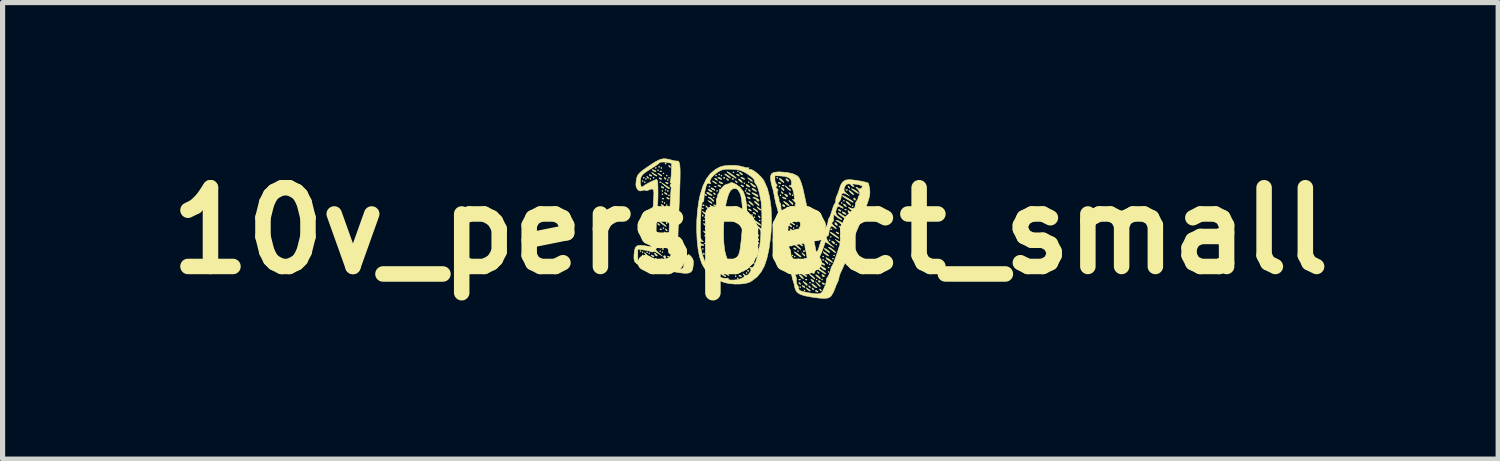
<source format=kicad_pcb>
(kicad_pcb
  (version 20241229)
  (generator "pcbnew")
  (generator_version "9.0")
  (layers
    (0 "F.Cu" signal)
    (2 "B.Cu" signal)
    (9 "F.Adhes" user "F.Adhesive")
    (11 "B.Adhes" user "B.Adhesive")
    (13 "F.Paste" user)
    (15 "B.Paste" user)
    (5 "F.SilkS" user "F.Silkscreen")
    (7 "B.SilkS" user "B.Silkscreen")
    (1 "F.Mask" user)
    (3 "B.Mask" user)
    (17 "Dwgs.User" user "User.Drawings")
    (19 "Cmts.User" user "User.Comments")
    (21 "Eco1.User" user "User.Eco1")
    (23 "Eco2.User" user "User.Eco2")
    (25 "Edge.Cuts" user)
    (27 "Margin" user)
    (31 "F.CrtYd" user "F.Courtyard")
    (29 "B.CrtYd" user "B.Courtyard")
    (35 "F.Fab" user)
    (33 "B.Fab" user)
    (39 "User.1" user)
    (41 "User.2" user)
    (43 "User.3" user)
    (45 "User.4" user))
  (footprint "10v_perspect_small"
    (layer "F.Cu")
    (at 11.474 1.418)
    (property "Reference" "10v_perspect_small" (at 0 0 0) (layer "F.SilkS") (effects (font (size 1.524 1.524) (thickness 0.3))))
    (attr through_hole)
    (fp_poly (pts (xy -2.117 0.392) (xy -2.127 0.402) (xy -2.138 0.392) (xy -2.127 0.381) (xy -2.117 0.392)) (stroke (width 0.01) (type solid)) (fill yes) (layer "F.SilkS"))
    (fp_poly (pts (xy -2.074 -0.963) (xy -2.085 -0.953) (xy -2.095 -0.963) (xy -2.085 -0.974) (xy -2.074 -0.963)) (stroke (width 0.01) (type solid)) (fill yes) (layer "F.SilkS"))
    (fp_poly (pts (xy -2.074 0.413) (xy -2.085 0.423) (xy -2.095 0.413) (xy -2.085 0.402) (xy -2.074 0.413)) (stroke (width 0.01) (type solid)) (fill yes) (layer "F.SilkS"))
    (fp_poly (pts (xy -2.074 0.476) (xy -2.085 0.487) (xy -2.095 0.476) (xy -2.085 0.466) (xy -2.074 0.476)) (stroke (width 0.01) (type solid)) (fill yes) (layer "F.SilkS"))
    (fp_poly (pts (xy -2.053 -1.027) (xy -2.064 -1.016) (xy -2.074 -1.027) (xy -2.064 -1.037) (xy -2.053 -1.027)) (stroke (width 0.01) (type solid)) (fill yes) (layer "F.SilkS"))
    (fp_poly (pts (xy -2.053 0.561) (xy -2.064 0.572) (xy -2.074 0.561) (xy -2.064 0.55) (xy -2.053 0.561)) (stroke (width 0.01) (type solid)) (fill yes) (layer "F.SilkS"))
    (fp_poly (pts (xy -2.032 -0.942) (xy -2.043 -0.931) (xy -2.053 -0.942) (xy -2.043 -0.953) (xy -2.032 -0.942)) (stroke (width 0.01) (type solid)) (fill yes) (layer "F.SilkS"))
    (fp_poly (pts (xy -2.011 -1.005) (xy -2.021 -0.995) (xy -2.032 -1.005) (xy -2.021 -1.016) (xy -2.011 -1.005)) (stroke (width 0.01) (type solid)) (fill yes) (layer "F.SilkS"))
    (fp_poly (pts (xy -1.99 0.413) (xy -2 0.423) (xy -2.011 0.413) (xy -2 0.402) (xy -1.99 0.413)) (stroke (width 0.01) (type solid)) (fill yes) (layer "F.SilkS"))
    (fp_poly (pts (xy -1.99 0.54) (xy -2 0.55) (xy -2.011 0.54) (xy -2 0.529) (xy -1.99 0.54)) (stroke (width 0.01) (type solid)) (fill yes) (layer "F.SilkS"))
    (fp_poly (pts (xy -1.947 0.434) (xy -1.958 0.445) (xy -1.968 0.434) (xy -1.958 0.423) (xy -1.947 0.434)) (stroke (width 0.01) (type solid)) (fill yes) (layer "F.SilkS"))
    (fp_poly (pts (xy -1.947 0.497) (xy -1.958 0.508) (xy -1.968 0.497) (xy -1.958 0.487) (xy -1.947 0.497)) (stroke (width 0.01) (type solid)) (fill yes) (layer "F.SilkS"))
    (fp_poly (pts (xy -1.926 -1.005) (xy -1.937 -0.995) (xy -1.947 -1.005) (xy -1.937 -1.016) (xy -1.926 -1.005)) (stroke (width 0.01) (type solid)) (fill yes) (layer "F.SilkS"))
    (fp_poly (pts (xy -1.926 0.582) (xy -1.937 0.593) (xy -1.947 0.582) (xy -1.937 0.572) (xy -1.926 0.582)) (stroke (width 0.01) (type solid)) (fill yes) (layer "F.SilkS"))
    (fp_poly (pts (xy -1.905 0.54) (xy -1.916 0.55) (xy -1.926 0.54) (xy -1.916 0.529) (xy -1.905 0.54)) (stroke (width 0.01) (type solid)) (fill yes) (layer "F.SilkS"))
    (fp_poly (pts (xy -1.863 -1.027) (xy -1.873 -1.016) (xy -1.884 -1.027) (xy -1.873 -1.037) (xy -1.863 -1.027)) (stroke (width 0.01) (type solid)) (fill yes) (layer "F.SilkS"))
    (fp_poly (pts (xy -1.841 0.582) (xy -1.852 0.593) (xy -1.863 0.582) (xy -1.852 0.572) (xy -1.841 0.582)) (stroke (width 0.01) (type solid)) (fill yes) (layer "F.SilkS"))
    (fp_poly (pts (xy -1.82 -1.217) (xy -1.831 -1.206) (xy -1.841 -1.217) (xy -1.831 -1.228) (xy -1.82 -1.217)) (stroke (width 0.01) (type solid)) (fill yes) (layer "F.SilkS"))
    (fp_poly (pts (xy -1.82 0.54) (xy -1.831 0.55) (xy -1.841 0.54) (xy -1.831 0.529) (xy -1.82 0.54)) (stroke (width 0.01) (type solid)) (fill yes) (layer "F.SilkS"))
    (fp_poly (pts (xy -1.799 0.265) (xy -1.81 0.275) (xy -1.82 0.265) (xy -1.81 0.254) (xy -1.799 0.265)) (stroke (width 0.01) (type solid)) (fill yes) (layer "F.SilkS"))
    (fp_poly (pts (xy -1.778 -1.175) (xy -1.789 -1.164) (xy -1.799 -1.175) (xy -1.789 -1.185) (xy -1.778 -1.175)) (stroke (width 0.01) (type solid)) (fill yes) (layer "F.SilkS"))
    (fp_poly (pts (xy -1.778 -0.265) (xy -1.789 -0.254) (xy -1.799 -0.265) (xy -1.789 -0.275) (xy -1.778 -0.265)) (stroke (width 0.01) (type solid)) (fill yes) (layer "F.SilkS"))
    (fp_poly (pts (xy -1.778 0.561) (xy -1.789 0.572) (xy -1.799 0.561) (xy -1.789 0.55) (xy -1.778 0.561)) (stroke (width 0.01) (type solid)) (fill yes) (layer "F.SilkS"))
    (fp_poly (pts (xy -1.778 0.624) (xy -1.789 0.635) (xy -1.799 0.624) (xy -1.789 0.614) (xy -1.778 0.624)) (stroke (width 0.01) (type solid)) (fill yes) (layer "F.SilkS"))
    (fp_poly (pts (xy -1.757 -1.238) (xy -1.767 -1.228) (xy -1.778 -1.238) (xy -1.767 -1.249) (xy -1.757 -1.238)) (stroke (width 0.01) (type solid)) (fill yes) (layer "F.SilkS"))
    (fp_poly (pts (xy -1.757 -0.328) (xy -1.767 -0.318) (xy -1.778 -0.328) (xy -1.767 -0.339) (xy -1.757 -0.328)) (stroke (width 0.01) (type solid)) (fill yes) (layer "F.SilkS"))
    (fp_poly (pts (xy -1.736 -0.942) (xy -1.746 -0.931) (xy -1.757 -0.942) (xy -1.746 -0.953) (xy -1.736 -0.942)) (stroke (width 0.01) (type solid)) (fill yes) (layer "F.SilkS"))
    (fp_poly (pts (xy -1.736 -0.392) (xy -1.746 -0.381) (xy -1.757 -0.392) (xy -1.746 -0.402) (xy -1.736 -0.392)) (stroke (width 0.01) (type solid)) (fill yes) (layer "F.SilkS"))
    (fp_poly (pts (xy -1.736 0.18) (xy -1.746 0.191) (xy -1.757 0.18) (xy -1.746 0.169) (xy -1.736 0.18)) (stroke (width 0.01) (type solid)) (fill yes) (layer "F.SilkS"))
    (fp_poly (pts (xy -1.736 0.328) (xy -1.746 0.339) (xy -1.757 0.328) (xy -1.746 0.318) (xy -1.736 0.328)) (stroke (width 0.01) (type solid)) (fill yes) (layer "F.SilkS"))
    (fp_poly (pts (xy -1.736 0.392) (xy -1.746 0.402) (xy -1.757 0.392) (xy -1.746 0.381) (xy -1.736 0.392)) (stroke (width 0.01) (type solid)) (fill yes) (layer "F.SilkS"))
    (fp_poly (pts (xy -1.714 -1.217) (xy -1.725 -1.206) (xy -1.736 -1.217) (xy -1.725 -1.228) (xy -1.714 -1.217)) (stroke (width 0.01) (type solid)) (fill yes) (layer "F.SilkS"))
    (fp_poly (pts (xy -1.714 0.116) (xy -1.725 0.127) (xy -1.736 0.116) (xy -1.725 0.106) (xy -1.714 0.116)) (stroke (width 0.01) (type solid)) (fill yes) (layer "F.SilkS"))
    (fp_poly (pts (xy -1.693 -0.773) (xy -1.704 -0.762) (xy -1.714 -0.773) (xy -1.704 -0.783) (xy -1.693 -0.773)) (stroke (width 0.01) (type solid)) (fill yes) (layer "F.SilkS"))
    (fp_poly (pts (xy -1.693 -0.709) (xy -1.704 -0.699) (xy -1.714 -0.709) (xy -1.704 -0.72) (xy -1.693 -0.709)) (stroke (width 0.01) (type solid)) (fill yes) (layer "F.SilkS"))
    (fp_poly (pts (xy -1.693 -0.561) (xy -1.704 -0.55) (xy -1.714 -0.561) (xy -1.704 -0.572) (xy -1.693 -0.561)) (stroke (width 0.01) (type solid)) (fill yes) (layer "F.SilkS"))
    (fp_poly (pts (xy -1.693 -0.349) (xy -1.704 -0.339) (xy -1.714 -0.349) (xy -1.704 -0.36) (xy -1.693 -0.349)) (stroke (width 0.01) (type solid)) (fill yes) (layer "F.SilkS"))
    (fp_poly (pts (xy -1.693 0.201) (xy -1.704 0.212) (xy -1.714 0.201) (xy -1.704 0.191) (xy -1.693 0.201)) (stroke (width 0.01) (type solid)) (fill yes) (layer "F.SilkS"))
    (fp_poly (pts (xy -1.693 0.413) (xy -1.704 0.423) (xy -1.714 0.413) (xy -1.704 0.402) (xy -1.693 0.413)) (stroke (width 0.01) (type solid)) (fill yes) (layer "F.SilkS"))
    (fp_poly (pts (xy -1.672 -1.111) (xy -1.683 -1.101) (xy -1.693 -1.111) (xy -1.683 -1.122) (xy -1.672 -1.111)) (stroke (width 0.01) (type solid)) (fill yes) (layer "F.SilkS"))
    (fp_poly (pts (xy -1.672 -0.053) (xy -1.683 -0.042) (xy -1.693 -0.053) (xy -1.683 -0.064) (xy -1.672 -0.053)) (stroke (width 0.01) (type solid)) (fill yes) (layer "F.SilkS"))
    (fp_poly (pts (xy -1.672 0.138) (xy -1.683 0.148) (xy -1.693 0.138) (xy -1.683 0.127) (xy -1.672 0.138)) (stroke (width 0.01) (type solid)) (fill yes) (layer "F.SilkS"))
    (fp_poly (pts (xy -1.651 -0.54) (xy -1.662 -0.529) (xy -1.672 -0.54) (xy -1.662 -0.55) (xy -1.651 -0.54)) (stroke (width 0.01) (type solid)) (fill yes) (layer "F.SilkS"))
    (fp_poly (pts (xy -1.651 -0.328) (xy -1.662 -0.318) (xy -1.672 -0.328) (xy -1.662 -0.339) (xy -1.651 -0.328)) (stroke (width 0.01) (type solid)) (fill yes) (layer "F.SilkS"))
    (fp_poly (pts (xy -1.651 0.032) (xy -1.662 0.042) (xy -1.672 0.032) (xy -1.662 0.021) (xy -1.651 0.032)) (stroke (width 0.01) (type solid)) (fill yes) (layer "F.SilkS"))
    (fp_poly (pts (xy -1.63 -1.302) (xy -1.64 -1.291) (xy -1.651 -1.302) (xy -1.64 -1.312) (xy -1.63 -1.302)) (stroke (width 0.01) (type solid)) (fill yes) (layer "F.SilkS"))
    (fp_poly (pts (xy -1.63 -0.794) (xy -1.64 -0.783) (xy -1.651 -0.794) (xy -1.64 -0.804) (xy -1.63 -0.794)) (stroke (width 0.01) (type solid)) (fill yes) (layer "F.SilkS"))
    (fp_poly (pts (xy -1.609 -1.069) (xy -1.619 -1.058) (xy -1.63 -1.069) (xy -1.619 -1.079) (xy -1.609 -1.069)) (stroke (width 0.01) (type solid)) (fill yes) (layer "F.SilkS"))
    (fp_poly (pts (xy -1.609 -0.497) (xy -1.619 -0.487) (xy -1.63 -0.497) (xy -1.619 -0.508) (xy -1.609 -0.497)) (stroke (width 0.01) (type solid)) (fill yes) (layer "F.SilkS"))
    (fp_poly (pts (xy -1.609 0.053) (xy -1.619 0.064) (xy -1.63 0.053) (xy -1.619 0.042) (xy -1.609 0.053)) (stroke (width 0.01) (type solid)) (fill yes) (layer "F.SilkS"))
    (fp_poly (pts (xy -1.587 -0.984) (xy -1.598 -0.974) (xy -1.609 -0.984) (xy -1.598 -0.995) (xy -1.587 -0.984)) (stroke (width 0.01) (type solid)) (fill yes) (layer "F.SilkS"))
    (fp_poly (pts (xy -1.587 -0.773) (xy -1.598 -0.762) (xy -1.609 -0.773) (xy -1.598 -0.783) (xy -1.587 -0.773)) (stroke (width 0.01) (type solid)) (fill yes) (layer "F.SilkS"))
    (fp_poly (pts (xy -1.566 -1.027) (xy -1.577 -1.016) (xy -1.587 -1.027) (xy -1.577 -1.037) (xy -1.566 -1.027)) (stroke (width 0.01) (type solid)) (fill yes) (layer "F.SilkS"))
    (fp_poly (pts (xy -1.566 -0.688) (xy -1.577 -0.677) (xy -1.587 -0.688) (xy -1.577 -0.699) (xy -1.566 -0.688)) (stroke (width 0.01) (type solid)) (fill yes) (layer "F.SilkS"))
    (fp_poly (pts (xy -1.503 0.561) (xy -1.513 0.572) (xy -1.524 0.561) (xy -1.513 0.55) (xy -1.503 0.561)) (stroke (width 0.01) (type solid)) (fill yes) (layer "F.SilkS"))
    (fp_poly (pts (xy -1.397 0.561) (xy -1.408 0.572) (xy -1.418 0.561) (xy -1.408 0.55) (xy -1.397 0.561)) (stroke (width 0.01) (type solid)) (fill yes) (layer "F.SilkS"))
    (fp_poly (pts (xy -1.333 0.54) (xy -1.344 0.55) (xy -1.355 0.54) (xy -1.344 0.529) (xy -1.333 0.54)) (stroke (width 0.01) (type solid)) (fill yes) (layer "F.SilkS"))
    (fp_poly (pts (xy -1.333 0.688) (xy -1.344 0.699) (xy -1.355 0.688) (xy -1.344 0.677) (xy -1.333 0.688)) (stroke (width 0.01) (type solid)) (fill yes) (layer "F.SilkS"))
    (fp_poly (pts (xy -0.91 -0.434) (xy -0.921 -0.423) (xy -0.931 -0.434) (xy -0.921 -0.445) (xy -0.91 -0.434)) (stroke (width 0.01) (type solid)) (fill yes) (layer "F.SilkS"))
    (fp_poly (pts (xy -0.91 0.349) (xy -0.921 0.36) (xy -0.931 0.349) (xy -0.921 0.339) (xy -0.91 0.349)) (stroke (width 0.01) (type solid)) (fill yes) (layer "F.SilkS"))
    (fp_poly (pts (xy -0.889 -0.201) (xy -0.9 -0.191) (xy -0.91 -0.201) (xy -0.9 -0.212) (xy -0.889 -0.201)) (stroke (width 0.01) (type solid)) (fill yes) (layer "F.SilkS"))
    (fp_poly (pts (xy -0.868 -0.265) (xy -0.878 -0.254) (xy -0.889 -0.265) (xy -0.878 -0.275) (xy -0.868 -0.265)) (stroke (width 0.01) (type solid)) (fill yes) (layer "F.SilkS"))
    (fp_poly (pts (xy -0.868 0.095) (xy -0.878 0.106) (xy -0.889 0.095) (xy -0.878 0.085) (xy -0.868 0.095)) (stroke (width 0.01) (type solid)) (fill yes) (layer "F.SilkS"))
    (fp_poly (pts (xy -0.868 0.243) (xy -0.878 0.254) (xy -0.889 0.243) (xy -0.878 0.233) (xy -0.868 0.243)) (stroke (width 0.01) (type solid)) (fill yes) (layer "F.SilkS"))
    (fp_poly (pts (xy -0.847 -0.18) (xy -0.857 -0.169) (xy -0.868 -0.18) (xy -0.857 -0.191) (xy -0.847 -0.18)) (stroke (width 0.01) (type solid)) (fill yes) (layer "F.SilkS"))
    (fp_poly (pts (xy -0.847 0.18) (xy -0.857 0.191) (xy -0.868 0.18) (xy -0.857 0.169) (xy -0.847 0.18)) (stroke (width 0.01) (type solid)) (fill yes) (layer "F.SilkS"))
    (fp_poly (pts (xy -0.826 -0.095) (xy -0.836 -0.085) (xy -0.847 -0.095) (xy -0.836 -0.106) (xy -0.826 -0.095)) (stroke (width 0.01) (type solid)) (fill yes) (layer "F.SilkS"))
    (fp_poly (pts (xy -0.826 0.413) (xy -0.836 0.423) (xy -0.847 0.413) (xy -0.836 0.402) (xy -0.826 0.413)) (stroke (width 0.01) (type solid)) (fill yes) (layer "F.SilkS"))
    (fp_poly (pts (xy -0.804 -0.349) (xy -0.815 -0.339) (xy -0.826 -0.349) (xy -0.815 -0.36) (xy -0.804 -0.349)) (stroke (width 0.01) (type solid)) (fill yes) (layer "F.SilkS"))
    (fp_poly (pts (xy -0.804 -0.286) (xy -0.815 -0.275) (xy -0.826 -0.286) (xy -0.815 -0.296) (xy -0.804 -0.286)) (stroke (width 0.01) (type solid)) (fill yes) (layer "F.SilkS"))
    (fp_poly (pts (xy -0.783 -0.857) (xy -0.794 -0.847) (xy -0.804 -0.857) (xy -0.794 -0.868) (xy -0.783 -0.857)) (stroke (width 0.01) (type solid)) (fill yes) (layer "F.SilkS"))
    (fp_poly (pts (xy -0.783 0.582) (xy -0.794 0.593) (xy -0.804 0.582) (xy -0.794 0.572) (xy -0.783 0.582)) (stroke (width 0.01) (type solid)) (fill yes) (layer "F.SilkS"))
    (fp_poly (pts (xy -0.762 -0.265) (xy -0.773 -0.254) (xy -0.783 -0.265) (xy -0.773 -0.275) (xy -0.762 -0.265)) (stroke (width 0.01) (type solid)) (fill yes) (layer "F.SilkS"))
    (fp_poly (pts (xy -0.762 0.243) (xy -0.773 0.254) (xy -0.783 0.243) (xy -0.773 0.233) (xy -0.762 0.243)) (stroke (width 0.01) (type solid)) (fill yes) (layer "F.SilkS"))
    (fp_poly (pts (xy -0.762 0.476) (xy -0.773 0.487) (xy -0.783 0.476) (xy -0.773 0.466) (xy -0.762 0.476)) (stroke (width 0.01) (type solid)) (fill yes) (layer "F.SilkS"))
    (fp_poly (pts (xy -0.762 0.54) (xy -0.773 0.55) (xy -0.783 0.54) (xy -0.773 0.529) (xy -0.762 0.54)) (stroke (width 0.01) (type solid)) (fill yes) (layer "F.SilkS"))
    (fp_poly (pts (xy -0.762 0.73) (xy -0.773 0.741) (xy -0.783 0.73) (xy -0.773 0.72) (xy -0.762 0.73)) (stroke (width 0.01) (type solid)) (fill yes) (layer "F.SilkS"))
    (fp_poly (pts (xy -0.741 -0.328) (xy -0.751 -0.318) (xy -0.762 -0.328) (xy -0.751 -0.339) (xy -0.741 -0.328)) (stroke (width 0.01) (type solid)) (fill yes) (layer "F.SilkS"))
    (fp_poly (pts (xy -0.741 0.116) (xy -0.751 0.127) (xy -0.762 0.116) (xy -0.751 0.106) (xy -0.741 0.116)) (stroke (width 0.01) (type solid)) (fill yes) (layer "F.SilkS"))
    (fp_poly (pts (xy -0.741 0.328) (xy -0.751 0.339) (xy -0.762 0.328) (xy -0.751 0.318) (xy -0.741 0.328)) (stroke (width 0.01) (type solid)) (fill yes) (layer "F.SilkS"))
    (fp_poly (pts (xy -0.741 0.624) (xy -0.751 0.635) (xy -0.762 0.624) (xy -0.751 0.614) (xy -0.741 0.624)) (stroke (width 0.01) (type solid)) (fill yes) (layer "F.SilkS"))
    (fp_poly (pts (xy -0.72 0.265) (xy -0.73 0.275) (xy -0.741 0.265) (xy -0.73 0.254) (xy -0.72 0.265)) (stroke (width 0.01) (type solid)) (fill yes) (layer "F.SilkS"))
    (fp_poly (pts (xy -0.72 0.561) (xy -0.73 0.572) (xy -0.741 0.561) (xy -0.73 0.55) (xy -0.72 0.561)) (stroke (width 0.01) (type solid)) (fill yes) (layer "F.SilkS"))
    (fp_poly (pts (xy -0.699 -0.646) (xy -0.709 -0.635) (xy -0.72 -0.646) (xy -0.709 -0.656) (xy -0.699 -0.646)) (stroke (width 0.01) (type solid)) (fill yes) (layer "F.SilkS"))
    (fp_poly (pts (xy -0.699 0.794) (xy -0.709 0.804) (xy -0.72 0.794) (xy -0.709 0.783) (xy -0.699 0.794)) (stroke (width 0.01) (type solid)) (fill yes) (layer "F.SilkS"))
    (fp_poly (pts (xy -0.677 0.73) (xy -0.688 0.741) (xy -0.699 0.73) (xy -0.688 0.72) (xy -0.677 0.73)) (stroke (width 0.01) (type solid)) (fill yes) (layer "F.SilkS"))
    (fp_poly (pts (xy -0.656 -1.069) (xy -0.667 -1.058) (xy -0.677 -1.069) (xy -0.667 -1.079) (xy -0.656 -1.069)) (stroke (width 0.01) (type solid)) (fill yes) (layer "F.SilkS"))
    (fp_poly (pts (xy -0.656 0.688) (xy -0.667 0.699) (xy -0.677 0.688) (xy -0.667 0.677) (xy -0.656 0.688)) (stroke (width 0.01) (type solid)) (fill yes) (layer "F.SilkS"))
    (fp_poly (pts (xy -0.635 -0.773) (xy -0.646 -0.762) (xy -0.656 -0.773) (xy -0.646 -0.783) (xy -0.635 -0.773)) (stroke (width 0.01) (type solid)) (fill yes) (layer "F.SilkS"))
    (fp_poly (pts (xy -0.614 0.857) (xy -0.624 0.868) (xy -0.635 0.857) (xy -0.624 0.847) (xy -0.614 0.857)) (stroke (width 0.01) (type solid)) (fill yes) (layer "F.SilkS"))
    (fp_poly (pts (xy -0.593 -1.09) (xy -0.603 -1.079) (xy -0.614 -1.09) (xy -0.603 -1.101) (xy -0.593 -1.09)) (stroke (width 0.01) (type solid)) (fill yes) (layer "F.SilkS"))
    (fp_poly (pts (xy -0.55 -1.069) (xy -0.561 -1.058) (xy -0.572 -1.069) (xy -0.561 -1.079) (xy -0.55 -1.069)) (stroke (width 0.01) (type solid)) (fill yes) (layer "F.SilkS"))
    (fp_poly (pts (xy -0.402 0.794) (xy -0.413 0.804) (xy -0.423 0.794) (xy -0.413 0.783) (xy -0.402 0.794)) (stroke (width 0.01) (type solid)) (fill yes) (layer "F.SilkS"))
    (fp_poly (pts (xy -0.318 -1.132) (xy -0.328 -1.122) (xy -0.339 -1.132) (xy -0.328 -1.143) (xy -0.318 -1.132)) (stroke (width 0.01) (type solid)) (fill yes) (layer "F.SilkS"))
    (fp_poly (pts (xy -0.296 0.794) (xy -0.307 0.804) (xy -0.318 0.794) (xy -0.307 0.783) (xy -0.296 0.794)) (stroke (width 0.01) (type solid)) (fill yes) (layer "F.SilkS"))
    (fp_poly (pts (xy -0.275 0.878) (xy -0.286 0.889) (xy -0.296 0.878) (xy -0.286 0.868) (xy -0.275 0.878)) (stroke (width 0.01) (type solid)) (fill yes) (layer "F.SilkS"))
    (fp_poly (pts (xy -0.254 0.815) (xy -0.265 0.826) (xy -0.275 0.815) (xy -0.265 0.804) (xy -0.254 0.815)) (stroke (width 0.01) (type solid)) (fill yes) (layer "F.SilkS"))
    (fp_poly (pts (xy -0.233 -1.154) (xy -0.243 -1.143) (xy -0.254 -1.154) (xy -0.243 -1.164) (xy -0.233 -1.154)) (stroke (width 0.01) (type solid)) (fill yes) (layer "F.SilkS"))
    (fp_poly (pts (xy -0.233 0.773) (xy -0.243 0.783) (xy -0.254 0.773) (xy -0.243 0.762) (xy -0.233 0.773)) (stroke (width 0.01) (type solid)) (fill yes) (layer "F.SilkS"))
    (fp_poly (pts (xy -0.233 0.921) (xy -0.243 0.931) (xy -0.254 0.921) (xy -0.243 0.91) (xy -0.233 0.921)) (stroke (width 0.01) (type solid)) (fill yes) (layer "F.SilkS"))
    (fp_poly (pts (xy -0.191 0.794) (xy -0.201 0.804) (xy -0.212 0.794) (xy -0.201 0.783) (xy -0.191 0.794)) (stroke (width 0.01) (type solid)) (fill yes) (layer "F.SilkS"))
    (fp_poly (pts (xy -0.148 0.603) (xy -0.159 0.614) (xy -0.169 0.603) (xy -0.159 0.593) (xy -0.148 0.603)) (stroke (width 0.01) (type solid)) (fill yes) (layer "F.SilkS"))
    (fp_poly (pts (xy -0.127 0.773) (xy -0.138 0.783) (xy -0.148 0.773) (xy -0.138 0.762) (xy -0.127 0.773)) (stroke (width 0.01) (type solid)) (fill yes) (layer "F.SilkS"))
    (fp_poly (pts (xy -0.106 -0.921) (xy -0.116 -0.91) (xy -0.127 -0.921) (xy -0.116 -0.931) (xy -0.106 -0.921)) (stroke (width 0.01) (type solid)) (fill yes) (layer "F.SilkS"))
    (fp_poly (pts (xy -0.106 0.709) (xy -0.116 0.72) (xy -0.127 0.709) (xy -0.116 0.699) (xy -0.106 0.709)) (stroke (width 0.01) (type solid)) (fill yes) (layer "F.SilkS"))
    (fp_poly (pts (xy -0.085 -0.773) (xy -0.095 -0.762) (xy -0.106 -0.773) (xy -0.095 -0.783) (xy -0.085 -0.773)) (stroke (width 0.01) (type solid)) (fill yes) (layer "F.SilkS"))
    (fp_poly (pts (xy -0.085 0.434) (xy -0.095 0.445) (xy -0.106 0.434) (xy -0.095 0.423) (xy -0.085 0.434)) (stroke (width 0.01) (type solid)) (fill yes) (layer "F.SilkS"))
    (fp_poly (pts (xy -0.064 -0.815) (xy -0.074 -0.804) (xy -0.085 -0.815) (xy -0.074 -0.826) (xy -0.064 -0.815)) (stroke (width 0.01) (type solid)) (fill yes) (layer "F.SilkS"))
    (fp_poly (pts (xy -0.064 0.37) (xy -0.074 0.381) (xy -0.085 0.37) (xy -0.074 0.36) (xy -0.064 0.37)) (stroke (width 0.01) (type solid)) (fill yes) (layer "F.SilkS"))
    (fp_poly (pts (xy -0.064 0.73) (xy -0.074 0.741) (xy -0.085 0.73) (xy -0.074 0.72) (xy -0.064 0.73)) (stroke (width 0.01) (type solid)) (fill yes) (layer "F.SilkS"))
    (fp_poly (pts (xy -0.064 0.815) (xy -0.074 0.826) (xy -0.085 0.815) (xy -0.074 0.804) (xy -0.064 0.815)) (stroke (width 0.01) (type solid)) (fill yes) (layer "F.SilkS"))
    (fp_poly (pts (xy -0.042 0.243) (xy -0.053 0.254) (xy -0.064 0.243) (xy -0.053 0.233) (xy -0.042 0.243)) (stroke (width 0.01) (type solid)) (fill yes) (layer "F.SilkS"))
    (fp_poly (pts (xy -0.021 -0.942) (xy -0.032 -0.931) (xy -0.042 -0.942) (xy -0.032 -0.953) (xy -0.021 -0.942)) (stroke (width 0.01) (type solid)) (fill yes) (layer "F.SilkS"))
    (fp_poly (pts (xy -0.021 0.476) (xy -0.032 0.487) (xy -0.042 0.476) (xy -0.032 0.466) (xy -0.021 0.476)) (stroke (width 0.01) (type solid)) (fill yes) (layer "F.SilkS"))
    (fp_poly (pts (xy 0.021 -0.011) (xy 0.011 0) (xy 0 -0.011) (xy 0.011 -0.021) (xy 0.021 -0.011)) (stroke (width 0.01) (type solid)) (fill yes) (layer "F.SilkS"))
    (fp_poly (pts (xy 0.042 -0.307) (xy 0.032 -0.296) (xy 0.021 -0.307) (xy 0.032 -0.318) (xy 0.042 -0.307)) (stroke (width 0.01) (type solid)) (fill yes) (layer "F.SilkS"))
    (fp_poly (pts (xy 0.064 0.243) (xy 0.053 0.254) (xy 0.042 0.243) (xy 0.053 0.233) (xy 0.064 0.243)) (stroke (width 0.01) (type solid)) (fill yes) (layer "F.SilkS"))
    (fp_poly (pts (xy 0.064 0.392) (xy 0.053 0.402) (xy 0.042 0.392) (xy 0.053 0.381) (xy 0.064 0.392)) (stroke (width 0.01) (type solid)) (fill yes) (layer "F.SilkS"))
    (fp_poly (pts (xy 0.085 -0.265) (xy 0.074 -0.254) (xy 0.064 -0.265) (xy 0.074 -0.275) (xy 0.085 -0.265)) (stroke (width 0.01) (type solid)) (fill yes) (layer "F.SilkS"))
    (fp_poly (pts (xy 0.106 0.265) (xy 0.095 0.275) (xy 0.085 0.265) (xy 0.095 0.254) (xy 0.106 0.265)) (stroke (width 0.01) (type solid)) (fill yes) (layer "F.SilkS"))
    (fp_poly (pts (xy 0.106 0.413) (xy 0.095 0.423) (xy 0.085 0.413) (xy 0.095 0.402) (xy 0.106 0.413)) (stroke (width 0.01) (type solid)) (fill yes) (layer "F.SilkS"))
    (fp_poly (pts (xy 0.191 -0.201) (xy 0.18 -0.191) (xy 0.169 -0.201) (xy 0.18 -0.212) (xy 0.191 -0.201)) (stroke (width 0.01) (type solid)) (fill yes) (layer "F.SilkS"))
    (fp_poly (pts (xy 0.529 -1.027) (xy 0.519 -1.016) (xy 0.508 -1.027) (xy 0.519 -1.037) (xy 0.529 -1.027)) (stroke (width 0.01) (type solid)) (fill yes) (layer "F.SilkS"))
    (fp_poly (pts (xy 0.572 -0.857) (xy 0.561 -0.847) (xy 0.55 -0.857) (xy 0.561 -0.868) (xy 0.572 -0.857)) (stroke (width 0.01) (type solid)) (fill yes) (layer "F.SilkS"))
    (fp_poly (pts (xy 0.593 -0.688) (xy 0.582 -0.677) (xy 0.572 -0.688) (xy 0.582 -0.699) (xy 0.593 -0.688)) (stroke (width 0.01) (type solid)) (fill yes) (layer "F.SilkS"))
    (fp_poly (pts (xy 0.783 -0.328) (xy 0.773 -0.318) (xy 0.762 -0.328) (xy 0.773 -0.339) (xy 0.783 -0.328)) (stroke (width 0.01) (type solid)) (fill yes) (layer "F.SilkS"))
    (fp_poly (pts (xy 0.804 0.222) (xy 0.794 0.233) (xy 0.783 0.222) (xy 0.794 0.212) (xy 0.804 0.222)) (stroke (width 0.01) (type solid)) (fill yes) (layer "F.SilkS"))
    (fp_poly (pts (xy 0.804 0.286) (xy 0.794 0.296) (xy 0.783 0.286) (xy 0.794 0.275) (xy 0.804 0.286)) (stroke (width 0.01) (type solid)) (fill yes) (layer "F.SilkS"))
    (fp_poly (pts (xy 0.826 -0.688) (xy 0.815 -0.677) (xy 0.804 -0.688) (xy 0.815 -0.699) (xy 0.826 -0.688)) (stroke (width 0.01) (type solid)) (fill yes) (layer "F.SilkS"))
    (fp_poly (pts (xy 0.826 0.476) (xy 0.815 0.487) (xy 0.804 0.476) (xy 0.815 0.466) (xy 0.826 0.476)) (stroke (width 0.01) (type solid)) (fill yes) (layer "F.SilkS"))
    (fp_poly (pts (xy 0.847 -0.053) (xy 0.836 -0.042) (xy 0.826 -0.053) (xy 0.836 -0.064) (xy 0.847 -0.053)) (stroke (width 0.01) (type solid)) (fill yes) (layer "F.SilkS"))
    (fp_poly (pts (xy 0.868 0.497) (xy 0.857 0.508) (xy 0.847 0.497) (xy 0.857 0.487) (xy 0.868 0.497)) (stroke (width 0.01) (type solid)) (fill yes) (layer "F.SilkS"))
    (fp_poly (pts (xy 0.889 -0.413) (xy 0.878 -0.402) (xy 0.868 -0.413) (xy 0.878 -0.423) (xy 0.889 -0.413)) (stroke (width 0.01) (type solid)) (fill yes) (layer "F.SilkS"))
    (fp_poly (pts (xy 0.889 0.201) (xy 0.878 0.212) (xy 0.868 0.201) (xy 0.878 0.191) (xy 0.889 0.201)) (stroke (width 0.01) (type solid)) (fill yes) (layer "F.SilkS"))
    (fp_poly (pts (xy 0.91 -0.095) (xy 0.9 -0.085) (xy 0.889 -0.095) (xy 0.9 -0.106) (xy 0.91 -0.095)) (stroke (width 0.01) (type solid)) (fill yes) (layer "F.SilkS"))
    (fp_poly (pts (xy 0.91 0.836) (xy 0.9 0.847) (xy 0.889 0.836) (xy 0.9 0.826) (xy 0.91 0.836)) (stroke (width 0.01) (type solid)) (fill yes) (layer "F.SilkS"))
    (fp_poly (pts (xy 0.931 0.392) (xy 0.921 0.402) (xy 0.91 0.392) (xy 0.921 0.381) (xy 0.931 0.392)) (stroke (width 0.01) (type solid)) (fill yes) (layer "F.SilkS"))
    (fp_poly (pts (xy 0.974 1.09) (xy 0.963 1.101) (xy 0.953 1.09) (xy 0.963 1.079) (xy 0.974 1.09)) (stroke (width 0.01) (type solid)) (fill yes) (layer "F.SilkS"))
    (fp_poly (pts (xy 0.995 0.116) (xy 0.984 0.127) (xy 0.974 0.116) (xy 0.984 0.106) (xy 0.995 0.116)) (stroke (width 0.01) (type solid)) (fill yes) (layer "F.SilkS"))
    (fp_poly (pts (xy 1.058 1.154) (xy 1.048 1.164) (xy 1.037 1.154) (xy 1.048 1.143) (xy 1.058 1.154)) (stroke (width 0.01) (type solid)) (fill yes) (layer "F.SilkS"))
    (fp_poly (pts (xy 1.079 0.794) (xy 1.069 0.804) (xy 1.058 0.794) (xy 1.069 0.783) (xy 1.079 0.794)) (stroke (width 0.01) (type solid)) (fill yes) (layer "F.SilkS"))
    (fp_poly (pts (xy 1.164 1.005) (xy 1.154 1.016) (xy 1.143 1.005) (xy 1.154 0.995) (xy 1.164 1.005)) (stroke (width 0.01) (type solid)) (fill yes) (layer "F.SilkS"))
    (fp_poly (pts (xy 1.291 0.942) (xy 1.281 0.953) (xy 1.27 0.942) (xy 1.281 0.931) (xy 1.291 0.942)) (stroke (width 0.01) (type solid)) (fill yes) (layer "F.SilkS"))
    (fp_poly (pts (xy 1.397 0.942) (xy 1.386 0.953) (xy 1.376 0.942) (xy 1.386 0.931) (xy 1.397 0.942)) (stroke (width 0.01) (type solid)) (fill yes) (layer "F.SilkS"))
    (fp_poly (pts (xy 1.418 0.497) (xy 1.408 0.508) (xy 1.397 0.497) (xy 1.408 0.487) (xy 1.418 0.497)) (stroke (width 0.01) (type solid)) (fill yes) (layer "F.SilkS"))
    (fp_poly (pts (xy 1.418 0.561) (xy 1.408 0.572) (xy 1.397 0.561) (xy 1.408 0.55) (xy 1.418 0.561)) (stroke (width 0.01) (type solid)) (fill yes) (layer "F.SilkS"))
    (fp_poly (pts (xy 1.524 0.709) (xy 1.513 0.72) (xy 1.503 0.709) (xy 1.513 0.699) (xy 1.524 0.709)) (stroke (width 0.01) (type solid)) (fill yes) (layer "F.SilkS"))
    (fp_poly (pts (xy 1.524 0.794) (xy 1.513 0.804) (xy 1.503 0.794) (xy 1.513 0.783) (xy 1.524 0.794)) (stroke (width 0.01) (type solid)) (fill yes) (layer "F.SilkS"))
    (fp_poly (pts (xy 1.545 0.18) (xy 1.535 0.191) (xy 1.524 0.18) (xy 1.535 0.169) (xy 1.545 0.18)) (stroke (width 0.01) (type solid)) (fill yes) (layer "F.SilkS"))
    (fp_poly (pts (xy 1.545 0.646) (xy 1.535 0.656) (xy 1.524 0.646) (xy 1.535 0.635) (xy 1.545 0.646)) (stroke (width 0.01) (type solid)) (fill yes) (layer "F.SilkS"))
    (fp_poly (pts (xy 1.566 0.116) (xy 1.556 0.127) (xy 1.545 0.116) (xy 1.556 0.106) (xy 1.566 0.116)) (stroke (width 0.01) (type solid)) (fill yes) (layer "F.SilkS"))
    (fp_poly (pts (xy 1.609 0.54) (xy 1.598 0.55) (xy 1.587 0.54) (xy 1.598 0.529) (xy 1.609 0.54)) (stroke (width 0.01) (type solid)) (fill yes) (layer "F.SilkS"))
    (fp_poly (pts (xy 1.63 0.476) (xy 1.619 0.487) (xy 1.609 0.476) (xy 1.619 0.466) (xy 1.63 0.476)) (stroke (width 0.01) (type solid)) (fill yes) (layer "F.SilkS"))
    (fp_poly (pts (xy 1.672 0.265) (xy 1.662 0.275) (xy 1.651 0.265) (xy 1.662 0.254) (xy 1.672 0.265)) (stroke (width 0.01) (type solid)) (fill yes) (layer "F.SilkS"))
    (fp_poly (pts (xy 1.757 0.095) (xy 1.746 0.106) (xy 1.736 0.095) (xy 1.746 0.085) (xy 1.757 0.095)) (stroke (width 0.01) (type solid)) (fill yes) (layer "F.SilkS"))
    (fp_poly (pts (xy 1.778 -0.54) (xy 1.767 -0.529) (xy 1.757 -0.54) (xy 1.767 -0.55) (xy 1.778 -0.54)) (stroke (width 0.01) (type solid)) (fill yes) (layer "F.SilkS"))
    (fp_poly (pts (xy 1.82 -0.582) (xy 1.81 -0.572) (xy 1.799 -0.582) (xy 1.81 -0.593) (xy 1.82 -0.582)) (stroke (width 0.01) (type solid)) (fill yes) (layer "F.SilkS"))
    (fp_poly (pts (xy 1.99 -0.476) (xy 1.979 -0.466) (xy 1.968 -0.476) (xy 1.979 -0.487) (xy 1.99 -0.476)) (stroke (width 0.01) (type solid)) (fill yes) (layer "F.SilkS"))
    (fp_poly (pts (xy -1.722 -1.157) (xy -1.724 -1.145) (xy -1.736 -1.143) (xy -1.753 -1.151) (xy -1.75 -1.157) (xy -1.725 -1.16) (xy -1.722 -1.157)) (stroke (width 0.01) (type solid)) (fill yes) (layer "F.SilkS"))
    (fp_poly (pts (xy -1.722 -0.31) (xy -1.719 -0.285) (xy -1.722 -0.282) (xy -1.734 -0.285) (xy -1.736 -0.296) (xy -1.728 -0.314) (xy -1.722 -0.31)) (stroke (width 0.01) (type solid)) (fill yes) (layer "F.SilkS"))
    (fp_poly (pts (xy -1.722 -0.035) (xy -1.724 -0.023) (xy -1.736 -0.021) (xy -1.753 -0.029) (xy -1.75 -0.035) (xy -1.725 -0.038) (xy -1.722 -0.035)) (stroke (width 0.01) (type solid)) (fill yes) (layer "F.SilkS"))
    (fp_poly (pts (xy -1.7 0.049) (xy -1.703 0.062) (xy -1.714 0.064) (xy -1.732 0.056) (xy -1.729 0.049) (xy -1.703 0.047) (xy -1.7 0.049)) (stroke (width 0.01) (type solid)) (fill yes) (layer "F.SilkS"))
    (fp_poly (pts (xy -1.7 0.261) (xy -1.703 0.274) (xy -1.714 0.275) (xy -1.732 0.267) (xy -1.729 0.261) (xy -1.703 0.259) (xy -1.7 0.261)) (stroke (width 0.01) (type solid)) (fill yes) (layer "F.SilkS"))
    (fp_poly (pts (xy -1.679 -0.628) (xy -1.682 -0.615) (xy -1.693 -0.614) (xy -1.711 -0.622) (xy -1.707 -0.628) (xy -1.682 -0.63) (xy -1.679 -0.628)) (stroke (width 0.01) (type solid)) (fill yes) (layer "F.SilkS"))
    (fp_poly (pts (xy -1.679 -0.416) (xy -1.682 -0.404) (xy -1.693 -0.402) (xy -1.711 -0.41) (xy -1.707 -0.416) (xy -1.682 -0.419) (xy -1.679 -0.416)) (stroke (width 0.01) (type solid)) (fill yes) (layer "F.SilkS"))
    (fp_poly (pts (xy -1.679 0.346) (xy -1.682 0.358) (xy -1.693 0.36) (xy -1.711 0.352) (xy -1.707 0.346) (xy -1.682 0.343) (xy -1.679 0.346)) (stroke (width 0.01) (type solid)) (fill yes) (layer "F.SilkS"))
    (fp_poly (pts (xy -1.658 0.092) (xy -1.661 0.104) (xy -1.672 0.106) (xy -1.69 0.098) (xy -1.686 0.092) (xy -1.661 0.089) (xy -1.658 0.092)) (stroke (width 0.01) (type solid)) (fill yes) (layer "F.SilkS"))
    (fp_poly (pts (xy -1.616 -0.162) (xy -1.613 -0.137) (xy -1.616 -0.134) (xy -1.628 -0.137) (xy -1.63 -0.148) (xy -1.622 -0.166) (xy -1.616 -0.162)) (stroke (width 0.01) (type solid)) (fill yes) (layer "F.SilkS"))
    (fp_poly (pts (xy -1.573 0.494) (xy -1.576 0.506) (xy -1.587 0.508) (xy -1.605 0.5) (xy -1.602 0.494) (xy -1.576 0.491) (xy -1.573 0.494)) (stroke (width 0.01) (type solid)) (fill yes) (layer "F.SilkS"))
    (fp_poly (pts (xy -1.319 0.621) (xy -1.322 0.633) (xy -1.333 0.635) (xy -1.351 0.627) (xy -1.348 0.621) (xy -1.322 0.618) (xy -1.319 0.621)) (stroke (width 0.01) (type solid)) (fill yes) (layer "F.SilkS"))
    (fp_poly (pts (xy -0.917 -0.31) (xy -0.915 -0.285) (xy -0.917 -0.282) (xy -0.93 -0.285) (xy -0.931 -0.296) (xy -0.924 -0.314) (xy -0.917 -0.31)) (stroke (width 0.01) (type solid)) (fill yes) (layer "F.SilkS"))
    (fp_poly (pts (xy -0.896 -0.501) (xy -0.899 -0.488) (xy -0.91 -0.487) (xy -0.928 -0.495) (xy -0.924 -0.501) (xy -0.899 -0.503) (xy -0.896 -0.501)) (stroke (width 0.01) (type solid)) (fill yes) (layer "F.SilkS"))
    (fp_poly (pts (xy -0.896 0.43) (xy -0.894 0.456) (xy -0.896 0.459) (xy -0.909 0.456) (xy -0.91 0.445) (xy -0.902 0.427) (xy -0.896 0.43)) (stroke (width 0.01) (type solid)) (fill yes) (layer "F.SilkS"))
    (fp_poly (pts (xy -0.833 -0.247) (xy -0.83 -0.222) (xy -0.833 -0.219) (xy -0.845 -0.222) (xy -0.847 -0.233) (xy -0.839 -0.25) (xy -0.833 -0.247)) (stroke (width 0.01) (type solid)) (fill yes) (layer "F.SilkS"))
    (fp_poly (pts (xy -0.79 0.282) (xy -0.788 0.307) (xy -0.79 0.31) (xy -0.803 0.308) (xy -0.804 0.296) (xy -0.797 0.279) (xy -0.79 0.282)) (stroke (width 0.01) (type solid)) (fill yes) (layer "F.SilkS"))
    (fp_poly (pts (xy -0.769 -0.12) (xy -0.772 -0.107) (xy -0.783 -0.106) (xy -0.801 -0.114) (xy -0.797 -0.12) (xy -0.772 -0.122) (xy -0.769 -0.12)) (stroke (width 0.01) (type solid)) (fill yes) (layer "F.SilkS"))
    (fp_poly (pts (xy -0.748 0.028) (xy -0.751 0.041) (xy -0.762 0.042) (xy -0.779 0.035) (xy -0.776 0.028) (xy -0.751 0.026) (xy -0.748 0.028)) (stroke (width 0.01) (type solid)) (fill yes) (layer "F.SilkS"))
    (fp_poly (pts (xy -0.727 -0.395) (xy -0.73 -0.383) (xy -0.741 -0.381) (xy -0.758 -0.389) (xy -0.755 -0.395) (xy -0.73 -0.398) (xy -0.727 -0.395)) (stroke (width 0.01) (type solid)) (fill yes) (layer "F.SilkS"))
    (fp_poly (pts (xy -0.706 0.494) (xy -0.708 0.506) (xy -0.72 0.508) (xy -0.737 0.5) (xy -0.734 0.494) (xy -0.709 0.491) (xy -0.706 0.494)) (stroke (width 0.01) (type solid)) (fill yes) (layer "F.SilkS"))
    (fp_poly (pts (xy -0.663 -0.861) (xy -0.666 -0.848) (xy -0.677 -0.847) (xy -0.695 -0.854) (xy -0.691 -0.861) (xy -0.666 -0.863) (xy -0.663 -0.861)) (stroke (width 0.01) (type solid)) (fill yes) (layer "F.SilkS"))
    (fp_poly (pts (xy -0.621 0.769) (xy -0.624 0.782) (xy -0.635 0.783) (xy -0.652 0.775) (xy -0.649 0.769) (xy -0.624 0.767) (xy -0.621 0.769)) (stroke (width 0.01) (type solid)) (fill yes) (layer "F.SilkS"))
    (fp_poly (pts (xy -0.6 0.706) (xy -0.603 0.718) (xy -0.614 0.72) (xy -0.631 0.712) (xy -0.628 0.706) (xy -0.603 0.703) (xy -0.6 0.706)) (stroke (width 0.01) (type solid)) (fill yes) (layer "F.SilkS"))
    (fp_poly (pts (xy -0.494 -1.03) (xy -0.497 -1.018) (xy -0.508 -1.016) (xy -0.525 -1.024) (xy -0.522 -1.03) (xy -0.497 -1.033) (xy -0.494 -1.03)) (stroke (width 0.01) (type solid)) (fill yes) (layer "F.SilkS"))
    (fp_poly (pts (xy -0.325 -1.009) (xy -0.327 -0.996) (xy -0.339 -0.995) (xy -0.356 -1.003) (xy -0.353 -1.009) (xy -0.328 -1.011) (xy -0.325 -1.009)) (stroke (width 0.01) (type solid)) (fill yes) (layer "F.SilkS"))
    (fp_poly (pts (xy -0.092 0.494) (xy -0.095 0.506) (xy -0.106 0.508) (xy -0.123 0.5) (xy -0.12 0.494) (xy -0.095 0.491) (xy -0.092 0.494)) (stroke (width 0.01) (type solid)) (fill yes) (layer "F.SilkS"))
    (fp_poly (pts (xy -0.028 -0.056) (xy -0.031 -0.044) (xy -0.042 -0.042) (xy -0.06 -0.05) (xy -0.056 -0.056) (xy -0.031 -0.059) (xy -0.028 -0.056)) (stroke (width 0.01) (type solid)) (fill yes) (layer "F.SilkS"))
    (fp_poly (pts (xy -0.028 0.769) (xy -0.031 0.782) (xy -0.042 0.783) (xy -0.06 0.775) (xy -0.056 0.769) (xy -0.031 0.767) (xy -0.028 0.769)) (stroke (width 0.01) (type solid)) (fill yes) (layer "F.SilkS"))
    (fp_poly (pts (xy 0.014 0.346) (xy 0.011 0.358) (xy 0 0.36) (xy -0.017 0.352) (xy -0.014 0.346) (xy 0.011 0.343) (xy 0.014 0.346)) (stroke (width 0.01) (type solid)) (fill yes) (layer "F.SilkS"))
    (fp_poly (pts (xy 0.141 -0.014) (xy 0.144 0.011) (xy 0.141 0.014) (xy 0.129 0.011) (xy 0.127 0) (xy 0.135 -0.017) (xy 0.141 -0.014)) (stroke (width 0.01) (type solid)) (fill yes) (layer "F.SilkS"))
    (fp_poly (pts (xy 0.649 -0.882) (xy 0.646 -0.869) (xy 0.635 -0.868) (xy 0.618 -0.876) (xy 0.621 -0.882) (xy 0.646 -0.884) (xy 0.649 -0.882)) (stroke (width 0.01) (type solid)) (fill yes) (layer "F.SilkS"))
    (fp_poly (pts (xy 0.67 -0.332) (xy 0.667 -0.319) (xy 0.656 -0.318) (xy 0.639 -0.325) (xy 0.642 -0.332) (xy 0.667 -0.334) (xy 0.67 -0.332)) (stroke (width 0.01) (type solid)) (fill yes) (layer "F.SilkS"))
    (fp_poly (pts (xy 0.67 -0.183) (xy 0.673 -0.158) (xy 0.67 -0.155) (xy 0.658 -0.158) (xy 0.656 -0.169) (xy 0.664 -0.187) (xy 0.67 -0.183)) (stroke (width 0.01) (type solid)) (fill yes) (layer "F.SilkS"))
    (fp_poly (pts (xy 0.734 -0.056) (xy 0.731 -0.044) (xy 0.72 -0.042) (xy 0.702 -0.05) (xy 0.706 -0.056) (xy 0.731 -0.059) (xy 0.734 -0.056)) (stroke (width 0.01) (type solid)) (fill yes) (layer "F.SilkS"))
    (fp_poly (pts (xy 0.967 0.938) (xy 0.964 0.951) (xy 0.953 0.953) (xy 0.935 0.945) (xy 0.938 0.938) (xy 0.964 0.936) (xy 0.967 0.938)) (stroke (width 0.01) (type solid)) (fill yes) (layer "F.SilkS"))
    (fp_poly (pts (xy 1.051 0.388) (xy 1.048 0.401) (xy 1.037 0.402) (xy 1.02 0.394) (xy 1.023 0.388) (xy 1.048 0.386) (xy 1.051 0.388)) (stroke (width 0.01) (type solid)) (fill yes) (layer "F.SilkS"))
    (fp_poly (pts (xy 1.094 0.938) (xy 1.091 0.951) (xy 1.079 0.953) (xy 1.062 0.945) (xy 1.065 0.938) (xy 1.091 0.936) (xy 1.094 0.938)) (stroke (width 0.01) (type solid)) (fill yes) (layer "F.SilkS"))
    (fp_poly (pts (xy 1.58 -0.035) (xy 1.578 -0.023) (xy 1.566 -0.021) (xy 1.549 -0.029) (xy 1.552 -0.035) (xy 1.577 -0.038) (xy 1.58 -0.035)) (stroke (width 0.01) (type solid)) (fill yes) (layer "F.SilkS"))
    (fp_poly (pts (xy 1.856 -0.416) (xy 1.853 -0.404) (xy 1.841 -0.402) (xy 1.824 -0.41) (xy 1.827 -0.416) (xy 1.853 -0.419) (xy 1.856 -0.416)) (stroke (width 0.01) (type solid)) (fill yes) (layer "F.SilkS"))
    (fp_poly (pts (xy 1.877 -0.797) (xy 1.874 -0.785) (xy 1.863 -0.783) (xy 1.845 -0.791) (xy 1.849 -0.797) (xy 1.874 -0.8) (xy 1.877 -0.797)) (stroke (width 0.01) (type solid)) (fill yes) (layer "F.SilkS"))
    (fp_poly (pts (xy -1.993 -1.05) (xy -1.97 -1.028) (xy -1.975 -1.016) (xy -1.978 -1.016) (xy -1.996 -1.031) (xy -2.002 -1.04) (xy -2.005 -1.055) (xy -1.993 -1.05)) (stroke (width 0.01) (type solid)) (fill yes) (layer "F.SilkS"))
    (fp_poly (pts (xy -1.938 -1.088) (xy -1.908 -1.07) (xy -1.913 -1.059) (xy -1.925 -1.058) (xy -1.954 -1.074) (xy -1.958 -1.079) (xy -1.954 -1.091) (xy -1.938 -1.088)) (stroke (width 0.01) (type solid)) (fill yes) (layer "F.SilkS"))
    (fp_poly (pts (xy -1.878 0.481) (xy -1.873 0.487) (xy -1.866 0.506) (xy -1.886 0.499) (xy -1.905 0.487) (xy -1.921 0.47) (xy -1.912 0.466) (xy -1.878 0.481)) (stroke (width 0.01) (type solid)) (fill yes) (layer "F.SilkS"))
    (fp_poly (pts (xy -1.781 -0.14) (xy -1.759 -0.118) (xy -1.763 -0.106) (xy -1.766 -0.106) (xy -1.784 -0.121) (xy -1.791 -0.13) (xy -1.793 -0.145) (xy -1.781 -0.14)) (stroke (width 0.01) (type solid)) (fill yes) (layer "F.SilkS"))
    (fp_poly (pts (xy -1.747 -1.024) (xy -1.718 -1.007) (xy -1.723 -0.996) (xy -1.734 -0.995) (xy -1.763 -1.01) (xy -1.767 -1.016) (xy -1.764 -1.028) (xy -1.747 -1.024)) (stroke (width 0.01) (type solid)) (fill yes) (layer "F.SilkS"))
    (fp_poly (pts (xy -1.705 -0.855) (xy -1.675 -0.838) (xy -1.68 -0.827) (xy -1.692 -0.826) (xy -1.721 -0.841) (xy -1.725 -0.846) (xy -1.722 -0.858) (xy -1.705 -0.855)) (stroke (width 0.01) (type solid)) (fill yes) (layer "F.SilkS"))
    (fp_poly (pts (xy -1.705 0.542) (xy -1.675 0.559) (xy -1.68 0.57) (xy -1.692 0.572) (xy -1.721 0.556) (xy -1.725 0.551) (xy -1.722 0.539) (xy -1.705 0.542)) (stroke (width 0.01) (type solid)) (fill yes) (layer "F.SilkS"))
    (fp_poly (pts (xy -1.687 -0.493) (xy -1.683 -0.487) (xy -1.675 -0.468) (xy -1.695 -0.475) (xy -1.714 -0.487) (xy -1.731 -0.504) (xy -1.721 -0.508) (xy -1.687 -0.493)) (stroke (width 0.01) (type solid)) (fill yes) (layer "F.SilkS"))
    (fp_poly (pts (xy -1.684 0.627) (xy -1.654 0.644) (xy -1.659 0.655) (xy -1.671 0.656) (xy -1.7 0.641) (xy -1.704 0.635) (xy -1.7 0.623) (xy -1.684 0.627)) (stroke (width 0.01) (type solid)) (fill yes) (layer "F.SilkS"))
    (fp_poly (pts (xy -1.654 -1.029) (xy -1.632 -1.007) (xy -1.636 -0.995) (xy -1.639 -0.995) (xy -1.657 -1.01) (xy -1.664 -1.019) (xy -1.666 -1.034) (xy -1.654 -1.029)) (stroke (width 0.01) (type solid)) (fill yes) (layer "F.SilkS"))
    (fp_poly (pts (xy -1.645 -0.26) (xy -1.64 -0.254) (xy -1.633 -0.235) (xy -1.653 -0.242) (xy -1.672 -0.254) (xy -1.688 -0.271) (xy -1.679 -0.275) (xy -1.645 -0.26)) (stroke (width 0.01) (type solid)) (fill yes) (layer "F.SilkS"))
    (fp_poly (pts (xy -1.644 0.488) (xy -1.639 0.51) (xy -1.641 0.545) (xy -1.653 0.541) (xy -1.67 0.521) (xy -1.683 0.494) (xy -1.667 0.481) (xy -1.644 0.488)) (stroke (width 0.01) (type solid)) (fill yes) (layer "F.SilkS"))
    (fp_poly (pts (xy -1.633 -0.034) (xy -1.61 -0.012) (xy -1.615 -0.000206) (xy -1.618 0) (xy -1.636 -0.015) (xy -1.642 -0.024) (xy -1.645 -0.039) (xy -1.633 -0.034)) (stroke (width 0.01) (type solid)) (fill yes) (layer "F.SilkS"))
    (fp_poly (pts (xy -1.624 -0.725) (xy -1.619 -0.72) (xy -1.612 -0.701) (xy -1.632 -0.708) (xy -1.651 -0.72) (xy -1.667 -0.737) (xy -1.658 -0.741) (xy -1.624 -0.725)) (stroke (width 0.01) (type solid)) (fill yes) (layer "F.SilkS"))
    (fp_poly (pts (xy -1.62 -0.939) (xy -1.591 -0.922) (xy -1.596 -0.911) (xy -1.607 -0.91) (xy -1.636 -0.926) (xy -1.64 -0.931) (xy -1.637 -0.943) (xy -1.62 -0.939)) (stroke (width 0.01) (type solid)) (fill yes) (layer "F.SilkS"))
    (fp_poly (pts (xy -1.612 -0.436) (xy -1.589 -0.416) (xy -1.587 -0.412) (xy -1.598 -0.403) (xy -1.618 -0.422) (xy -1.621 -0.427) (xy -1.624 -0.441) (xy -1.612 -0.436)) (stroke (width 0.01) (type solid)) (fill yes) (layer "F.SilkS"))
    (fp_poly (pts (xy -1.599 -0.643) (xy -1.569 -0.626) (xy -1.574 -0.615) (xy -1.586 -0.614) (xy -1.615 -0.629) (xy -1.619 -0.635) (xy -1.616 -0.647) (xy -1.599 -0.643)) (stroke (width 0.01) (type solid)) (fill yes) (layer "F.SilkS"))
    (fp_poly (pts (xy -1.581 0.629) (xy -1.577 0.635) (xy -1.569 0.654) (xy -1.589 0.647) (xy -1.609 0.635) (xy -1.625 0.618) (xy -1.615 0.614) (xy -1.581 0.629)) (stroke (width 0.01) (type solid)) (fill yes) (layer "F.SilkS"))
    (fp_poly (pts (xy -1.57 -1.261) (xy -1.547 -1.24) (xy -1.552 -1.228) (xy -1.555 -1.228) (xy -1.572 -1.243) (xy -1.579 -1.252) (xy -1.581 -1.267) (xy -1.57 -1.261)) (stroke (width 0.01) (type solid)) (fill yes) (layer "F.SilkS"))
    (fp_poly (pts (xy -1.506 0.622) (xy -1.483 0.644) (xy -1.488 0.656) (xy -1.491 0.656) (xy -1.509 0.641) (xy -1.515 0.632) (xy -1.518 0.617) (xy -1.506 0.622)) (stroke (width 0.01) (type solid)) (fill yes) (layer "F.SilkS"))
    (fp_poly (pts (xy -0.892 -0.14) (xy -0.87 -0.118) (xy -0.874 -0.106) (xy -0.877 -0.106) (xy -0.895 -0.121) (xy -0.902 -0.13) (xy -0.904 -0.145) (xy -0.892 -0.14)) (stroke (width 0.01) (type solid)) (fill yes) (layer "F.SilkS"))
    (fp_poly (pts (xy -0.892 0.009) (xy -0.87 0.028) (xy -0.868 0.033) (xy -0.878 0.042) (xy -0.899 0.022) (xy -0.902 0.018) (xy -0.904 0.003) (xy -0.892 0.009)) (stroke (width 0.01) (type solid)) (fill yes) (layer "F.SilkS"))
    (fp_poly (pts (xy -0.871 -0.711) (xy -0.849 -0.691) (xy -0.847 -0.687) (xy -0.857 -0.678) (xy -0.878 -0.697) (xy -0.88 -0.702) (xy -0.883 -0.716) (xy -0.871 -0.711)) (stroke (width 0.01) (type solid)) (fill yes) (layer "F.SilkS"))
    (fp_poly (pts (xy -0.858 -0.05) (xy -0.829 -0.033) (xy -0.834 -0.022) (xy -0.845 -0.021) (xy -0.874 -0.037) (xy -0.878 -0.042) (xy -0.875 -0.054) (xy -0.858 -0.05)) (stroke (width 0.01) (type solid)) (fill yes) (layer "F.SilkS"))
    (fp_poly (pts (xy -0.85 0.326) (xy -0.827 0.346) (xy -0.826 0.35) (xy -0.836 0.359) (xy -0.856 0.34) (xy -0.859 0.335) (xy -0.862 0.321) (xy -0.85 0.326)) (stroke (width 0.01) (type solid)) (fill yes) (layer "F.SilkS"))
    (fp_poly (pts (xy -0.85 0.538) (xy -0.827 0.559) (xy -0.832 0.571) (xy -0.835 0.572) (xy -0.853 0.556) (xy -0.859 0.547) (xy -0.862 0.533) (xy -0.85 0.538)) (stroke (width 0.01) (type solid)) (fill yes) (layer "F.SilkS"))
    (fp_poly (pts (xy -0.829 0.622) (xy -0.806 0.644) (xy -0.811 0.656) (xy -0.814 0.656) (xy -0.832 0.641) (xy -0.838 0.632) (xy -0.841 0.617) (xy -0.829 0.622)) (stroke (width 0.01) (type solid)) (fill yes) (layer "F.SilkS"))
    (fp_poly (pts (xy -0.819 0.481) (xy -0.815 0.487) (xy -0.807 0.506) (xy -0.827 0.499) (xy -0.847 0.487) (xy -0.863 0.47) (xy -0.853 0.466) (xy -0.819 0.481)) (stroke (width 0.01) (type solid)) (fill yes) (layer "F.SilkS"))
    (fp_poly (pts (xy -0.756 -0.048) (xy -0.751 -0.042) (xy -0.744 -0.023) (xy -0.764 -0.03) (xy -0.783 -0.042) (xy -0.799 -0.059) (xy -0.79 -0.063) (xy -0.756 -0.048)) (stroke (width 0.01) (type solid)) (fill yes) (layer "F.SilkS"))
    (fp_poly (pts (xy -0.735 0.693) (xy -0.73 0.699) (xy -0.723 0.718) (xy -0.743 0.71) (xy -0.762 0.699) (xy -0.778 0.682) (xy -0.769 0.678) (xy -0.735 0.693)) (stroke (width 0.01) (type solid)) (fill yes) (layer "F.SilkS"))
    (fp_poly (pts (xy -0.723 0.411) (xy -0.7 0.432) (xy -0.705 0.444) (xy -0.708 0.445) (xy -0.726 0.429) (xy -0.732 0.42) (xy -0.735 0.406) (xy -0.723 0.411)) (stroke (width 0.01) (type solid)) (fill yes) (layer "F.SilkS"))
    (fp_poly (pts (xy -0.702 -0.732) (xy -0.679 -0.713) (xy -0.677 -0.708) (xy -0.687 -0.699) (xy -0.708 -0.719) (xy -0.711 -0.723) (xy -0.714 -0.737) (xy -0.702 -0.732)) (stroke (width 0.01) (type solid)) (fill yes) (layer "F.SilkS"))
    (fp_poly (pts (xy -0.659 0.538) (xy -0.637 0.559) (xy -0.641 0.571) (xy -0.644 0.572) (xy -0.662 0.556) (xy -0.669 0.547) (xy -0.671 0.533) (xy -0.659 0.538)) (stroke (width 0.01) (type solid)) (fill yes) (layer "F.SilkS"))
    (fp_poly (pts (xy -0.659 0.601) (xy -0.637 0.623) (xy -0.641 0.635) (xy -0.644 0.635) (xy -0.662 0.62) (xy -0.669 0.611) (xy -0.671 0.596) (xy -0.659 0.601)) (stroke (width 0.01) (type solid)) (fill yes) (layer "F.SilkS"))
    (fp_poly (pts (xy -0.65 -1.001) (xy -0.646 -0.995) (xy -0.638 -0.976) (xy -0.658 -0.983) (xy -0.677 -0.995) (xy -0.694 -1.012) (xy -0.684 -1.016) (xy -0.65 -1.001)) (stroke (width 0.01) (type solid)) (fill yes) (layer "F.SilkS"))
    (fp_poly (pts (xy -0.587 -0.874) (xy -0.582 -0.868) (xy -0.575 -0.849) (xy -0.595 -0.856) (xy -0.614 -0.868) (xy -0.63 -0.885) (xy -0.62 -0.889) (xy -0.587 -0.874)) (stroke (width 0.01) (type solid)) (fill yes) (layer "F.SilkS"))
    (fp_poly (pts (xy -0.448 -1.007) (xy -0.425 -0.988) (xy -0.423 -0.983) (xy -0.433 -0.974) (xy -0.454 -0.994) (xy -0.457 -0.998) (xy -0.46 -1.013) (xy -0.448 -1.007)) (stroke (width 0.01) (type solid)) (fill yes) (layer "F.SilkS"))
    (fp_poly (pts (xy -0.405 0.707) (xy -0.383 0.728) (xy -0.387 0.741) (xy -0.39 0.741) (xy -0.408 0.726) (xy -0.415 0.716) (xy -0.417 0.702) (xy -0.405 0.707)) (stroke (width 0.01) (type solid)) (fill yes) (layer "F.SilkS"))
    (fp_poly (pts (xy -0.29 0.714) (xy -0.286 0.72) (xy -0.278 0.739) (xy -0.298 0.732) (xy -0.318 0.72) (xy -0.334 0.703) (xy -0.324 0.699) (xy -0.29 0.714)) (stroke (width 0.01) (type solid)) (fill yes) (layer "F.SilkS"))
    (fp_poly (pts (xy -0.278 -0.965) (xy -0.256 -0.945) (xy -0.254 -0.941) (xy -0.264 -0.932) (xy -0.285 -0.951) (xy -0.288 -0.956) (xy -0.29 -0.97) (xy -0.278 -0.965)) (stroke (width 0.01) (type solid)) (fill yes) (layer "F.SilkS"))
    (fp_poly (pts (xy -0.227 -1.085) (xy -0.222 -1.079) (xy -0.215 -1.06) (xy -0.235 -1.068) (xy -0.254 -1.079) (xy -0.27 -1.096) (xy -0.261 -1.1) (xy -0.227 -1.085)) (stroke (width 0.01) (type solid)) (fill yes) (layer "F.SilkS"))
    (fp_poly (pts (xy -0.202 0.86) (xy -0.172 0.877) (xy -0.177 0.888) (xy -0.189 0.889) (xy -0.218 0.874) (xy -0.222 0.868) (xy -0.219 0.856) (xy -0.202 0.86)) (stroke (width 0.01) (type solid)) (fill yes) (layer "F.SilkS"))
    (fp_poly (pts (xy -0.188 -1.128) (xy -0.17 -1.112) (xy -0.151 -1.084) (xy -0.163 -1.085) (xy -0.19 -1.1) (xy -0.21 -1.122) (xy -0.209 -1.132) (xy -0.188 -1.128)) (stroke (width 0.01) (type solid)) (fill yes) (layer "F.SilkS"))
    (fp_poly (pts (xy -0.142 -0.874) (xy -0.138 -0.868) (xy -0.13 -0.849) (xy -0.15 -0.856) (xy -0.169 -0.868) (xy -0.186 -0.885) (xy -0.176 -0.889) (xy -0.142 -0.874)) (stroke (width 0.01) (type solid)) (fill yes) (layer "F.SilkS"))
    (fp_poly (pts (xy -0.081 0.65) (xy -0.064 0.667) (xy -0.045 0.694) (xy -0.057 0.692) (xy -0.094 0.666) (xy -0.117 0.643) (xy -0.112 0.635) (xy -0.081 0.65)) (stroke (width 0.01) (type solid)) (fill yes) (layer "F.SilkS"))
    (fp_poly (pts (xy -0.033 0.098) (xy -0.003 0.115) (xy -0.008 0.126) (xy -0.02 0.127) (xy -0.049 0.112) (xy -0.053 0.106) (xy -0.049 0.094) (xy -0.033 0.098)) (stroke (width 0.01) (type solid)) (fill yes) (layer "F.SilkS"))
    (fp_poly (pts (xy -0.024 -0.796) (xy -0.002 -0.776) (xy 0 -0.771) (xy -0.01 -0.763) (xy -0.031 -0.782) (xy -0.034 -0.786) (xy -0.036 -0.801) (xy -0.024 -0.796)) (stroke (width 0.01) (type solid)) (fill yes) (layer "F.SilkS"))
    (fp_poly (pts (xy -0.015 -0.641) (xy -0.011 -0.635) (xy -0.003 -0.616) (xy -0.023 -0.623) (xy -0.042 -0.635) (xy -0.059 -0.652) (xy -0.049 -0.656) (xy -0.015 -0.641)) (stroke (width 0.01) (type solid)) (fill yes) (layer "F.SilkS"))
    (fp_poly (pts (xy -0.015 -0.493) (xy -0.011 -0.487) (xy -0.003 -0.468) (xy -0.023 -0.475) (xy -0.042 -0.487) (xy -0.059 -0.504) (xy -0.049 -0.508) (xy -0.015 -0.493)) (stroke (width 0.01) (type solid)) (fill yes) (layer "F.SilkS"))
    (fp_poly (pts (xy -0.012 0.034) (xy 0.018 0.051) (xy 0.013 0.062) (xy 0.001 0.064) (xy -0.027 0.048) (xy -0.032 0.043) (xy -0.028 0.031) (xy -0.012 0.034)) (stroke (width 0.01) (type solid)) (fill yes) (layer "F.SilkS"))
    (fp_poly (pts (xy -0.012 0.182) (xy 0.018 0.2) (xy 0.013 0.211) (xy 0.001 0.212) (xy -0.027 0.196) (xy -0.032 0.191) (xy -0.028 0.179) (xy -0.012 0.182)) (stroke (width 0.01) (type solid)) (fill yes) (layer "F.SilkS"))
    (fp_poly (pts (xy -0.003 -0.267) (xy 0.019 -0.245) (xy 0.015 -0.233) (xy 0.012 -0.233) (xy -0.006 -0.248) (xy -0.013 -0.257) (xy -0.015 -0.272) (xy -0.003 -0.267)) (stroke (width 0.01) (type solid)) (fill yes) (layer "F.SilkS"))
    (fp_poly (pts (xy -0.003 0.263) (xy 0.019 0.284) (xy 0.015 0.296) (xy 0.012 0.296) (xy -0.006 0.281) (xy -0.013 0.272) (xy -0.015 0.257) (xy -0.003 0.263)) (stroke (width 0.01) (type solid)) (fill yes) (layer "F.SilkS"))
    (fp_poly (pts (xy 0.006 -0.408) (xy 0.011 -0.402) (xy 0.018 -0.383) (xy -0.002 -0.39) (xy -0.021 -0.402) (xy -0.037 -0.419) (xy -0.028 -0.423) (xy 0.006 -0.408)) (stroke (width 0.01) (type solid)) (fill yes) (layer "F.SilkS"))
    (fp_poly (pts (xy 0.037 0.517) (xy 0.077 0.554) (xy 0.083 0.57) (xy 0.077 0.572) (xy 0.06 0.557) (xy 0.03 0.524) (xy -0.011 0.476) (xy 0.037 0.517)) (stroke (width 0.01) (type solid)) (fill yes) (layer "F.SilkS"))
    (fp_poly (pts (xy 0.046 0.586) (xy 0.064 0.603) (xy 0.082 0.63) (xy 0.069 0.63) (xy 0.031 0.604) (xy 0.008 0.581) (xy 0.013 0.572) (xy 0.046 0.586)) (stroke (width 0.01) (type solid)) (fill yes) (layer "F.SilkS"))
    (fp_poly (pts (xy 0.06 -0.14) (xy 0.083 -0.118) (xy 0.078 -0.106) (xy 0.075 -0.106) (xy 0.057 -0.121) (xy 0.051 -0.13) (xy 0.048 -0.145) (xy 0.06 -0.14)) (stroke (width 0.01) (type solid)) (fill yes) (layer "F.SilkS"))
    (fp_poly (pts (xy 0.081 -0.055) (xy 0.104 -0.034) (xy 0.099 -0.021) (xy 0.096 -0.021) (xy 0.079 -0.036) (xy 0.072 -0.046) (xy 0.07 -0.06) (xy 0.081 -0.055)) (stroke (width 0.01) (type solid)) (fill yes) (layer "F.SilkS"))
    (fp_poly (pts (xy 0.091 -0.344) (xy 0.095 -0.339) (xy 0.103 -0.32) (xy 0.083 -0.327) (xy 0.064 -0.339) (xy 0.047 -0.356) (xy 0.057 -0.36) (xy 0.091 -0.344)) (stroke (width 0.01) (type solid)) (fill yes) (layer "F.SilkS"))
    (fp_poly (pts (xy 0.094 0.331) (xy 0.124 0.348) (xy 0.119 0.359) (xy 0.107 0.36) (xy 0.078 0.344) (xy 0.074 0.339) (xy 0.078 0.327) (xy 0.094 0.331)) (stroke (width 0.01) (type solid)) (fill yes) (layer "F.SilkS"))
    (fp_poly (pts (xy 0.094 0.479) (xy 0.124 0.496) (xy 0.119 0.507) (xy 0.107 0.508) (xy 0.078 0.493) (xy 0.074 0.487) (xy 0.078 0.475) (xy 0.094 0.479)) (stroke (width 0.01) (type solid)) (fill yes) (layer "F.SilkS"))
    (fp_poly (pts (xy 0.13 0.205) (xy 0.148 0.222) (xy 0.167 0.249) (xy 0.155 0.247) (xy 0.118 0.222) (xy 0.095 0.199) (xy 0.099 0.191) (xy 0.13 0.205)) (stroke (width 0.01) (type solid)) (fill yes) (layer "F.SilkS"))
    (fp_poly (pts (xy 0.166 -0.288) (xy 0.189 -0.266) (xy 0.184 -0.254) (xy 0.181 -0.254) (xy 0.163 -0.269) (xy 0.157 -0.278) (xy 0.154 -0.293) (xy 0.166 -0.288)) (stroke (width 0.01) (type solid)) (fill yes) (layer "F.SilkS"))
    (fp_poly (pts (xy 0.56 -0.939) (xy 0.59 -0.922) (xy 0.585 -0.911) (xy 0.573 -0.91) (xy 0.544 -0.926) (xy 0.54 -0.931) (xy 0.543 -0.943) (xy 0.56 -0.939)) (stroke (width 0.01) (type solid)) (fill yes) (layer "F.SilkS"))
    (fp_poly (pts (xy 0.611 -0.753) (xy 0.633 -0.732) (xy 0.629 -0.72) (xy 0.626 -0.72) (xy 0.608 -0.735) (xy 0.601 -0.744) (xy 0.599 -0.759) (xy 0.611 -0.753)) (stroke (width 0.01) (type solid)) (fill yes) (layer "F.SilkS"))
    (fp_poly (pts (xy 0.759 -0.732) (xy 0.781 -0.711) (xy 0.777 -0.699) (xy 0.774 -0.699) (xy 0.756 -0.714) (xy 0.749 -0.723) (xy 0.747 -0.737) (xy 0.759 -0.732)) (stroke (width 0.01) (type solid)) (fill yes) (layer "F.SilkS"))
    (fp_poly (pts (xy 0.78 -0.034) (xy 0.803 -0.012) (xy 0.798 -0.000206) (xy 0.795 0) (xy 0.777 -0.015) (xy 0.771 -0.024) (xy 0.768 -0.039) (xy 0.78 -0.034)) (stroke (width 0.01) (type solid)) (fill yes) (layer "F.SilkS"))
    (fp_poly (pts (xy 0.822 -0.457) (xy 0.845 -0.436) (xy 0.84 -0.424) (xy 0.837 -0.423) (xy 0.819 -0.438) (xy 0.813 -0.448) (xy 0.81 -0.462) (xy 0.822 -0.457)) (stroke (width 0.01) (type solid)) (fill yes) (layer "F.SilkS"))
    (fp_poly (pts (xy 0.822 0.157) (xy 0.845 0.178) (xy 0.84 0.19) (xy 0.837 0.191) (xy 0.819 0.175) (xy 0.813 0.166) (xy 0.81 0.152) (xy 0.822 0.157)) (stroke (width 0.01) (type solid)) (fill yes) (layer "F.SilkS"))
    (fp_poly (pts (xy 0.856 0.331) (xy 0.886 0.348) (xy 0.881 0.359) (xy 0.869 0.36) (xy 0.84 0.344) (xy 0.836 0.339) (xy 0.84 0.327) (xy 0.856 0.331)) (stroke (width 0.01) (type solid)) (fill yes) (layer "F.SilkS"))
    (fp_poly (pts (xy 0.892 0.734) (xy 0.91 0.751) (xy 0.929 0.778) (xy 0.916 0.778) (xy 0.89 0.763) (xy 0.869 0.741) (xy 0.871 0.731) (xy 0.892 0.734)) (stroke (width 0.01) (type solid)) (fill yes) (layer "F.SilkS"))
    (fp_poly (pts (xy 0.949 1.003) (xy 0.972 1.025) (xy 0.967 1.037) (xy 0.964 1.037) (xy 0.946 1.022) (xy 0.94 1.013) (xy 0.937 0.998) (xy 0.949 1.003)) (stroke (width 0.01) (type solid)) (fill yes) (layer "F.SilkS"))
    (fp_poly (pts (xy 1.001 0.269) (xy 1.005 0.275) (xy 1.013 0.294) (xy 0.993 0.287) (xy 0.974 0.275) (xy 0.957 0.258) (xy 0.967 0.254) (xy 1.001 0.269)) (stroke (width 0.01) (type solid)) (fill yes) (layer "F.SilkS"))
    (fp_poly (pts (xy 1.043 1.074) (xy 1.048 1.079) (xy 1.055 1.099) (xy 1.035 1.091) (xy 1.016 1.079) (xy 1 1.063) (xy 1.009 1.059) (xy 1.043 1.074)) (stroke (width 0.01) (type solid)) (fill yes) (layer "F.SilkS"))
    (fp_poly (pts (xy 1.055 0.538) (xy 1.078 0.559) (xy 1.073 0.571) (xy 1.07 0.572) (xy 1.052 0.556) (xy 1.046 0.547) (xy 1.043 0.533) (xy 1.055 0.538)) (stroke (width 0.01) (type solid)) (fill yes) (layer "F.SilkS"))
    (fp_poly (pts (xy 1.14 1.067) (xy 1.162 1.088) (xy 1.158 1.1) (xy 1.155 1.101) (xy 1.137 1.086) (xy 1.13 1.076) (xy 1.128 1.062) (xy 1.14 1.067)) (stroke (width 0.01) (type solid)) (fill yes) (layer "F.SilkS"))
    (fp_poly (pts (xy 1.203 1.109) (xy 1.226 1.129) (xy 1.228 1.134) (xy 1.218 1.142) (xy 1.197 1.123) (xy 1.194 1.119) (xy 1.191 1.104) (xy 1.203 1.109)) (stroke (width 0.01) (type solid)) (fill yes) (layer "F.SilkS"))
    (fp_poly (pts (xy 1.279 1.156) (xy 1.309 1.173) (xy 1.304 1.184) (xy 1.292 1.185) (xy 1.264 1.17) (xy 1.26 1.164) (xy 1.263 1.152) (xy 1.279 1.156)) (stroke (width 0.01) (type solid)) (fill yes) (layer "F.SilkS"))
    (fp_poly (pts (xy 1.307 1.025) (xy 1.347 1.062) (xy 1.353 1.078) (xy 1.347 1.079) (xy 1.33 1.065) (xy 1.3 1.032) (xy 1.259 0.984) (xy 1.307 1.025)) (stroke (width 0.01) (type solid)) (fill yes) (layer "F.SilkS"))
    (fp_poly (pts (xy 1.309 0.792) (xy 1.332 0.813) (xy 1.327 0.825) (xy 1.324 0.826) (xy 1.306 0.81) (xy 1.3 0.801) (xy 1.297 0.787) (xy 1.309 0.792)) (stroke (width 0.01) (type solid)) (fill yes) (layer "F.SilkS"))
    (fp_poly (pts (xy 1.351 1.13) (xy 1.374 1.15) (xy 1.376 1.155) (xy 1.366 1.164) (xy 1.345 1.144) (xy 1.342 1.14) (xy 1.34 1.125) (xy 1.351 1.13)) (stroke (width 0.01) (type solid)) (fill yes) (layer "F.SilkS"))
    (fp_poly (pts (xy 1.402 0.7) (xy 1.443 0.724) (xy 1.46 0.744) (xy 1.449 0.76) (xy 1.416 0.744) (xy 1.386 0.717) (xy 1.344 0.674) (xy 1.402 0.7)) (stroke (width 0.01) (type solid)) (fill yes) (layer "F.SilkS"))
    (fp_poly (pts (xy 1.406 1.008) (xy 1.436 1.025) (xy 1.431 1.036) (xy 1.419 1.037) (xy 1.391 1.022) (xy 1.387 1.016) (xy 1.39 1.004) (xy 1.406 1.008)) (stroke (width 0.01) (type solid)) (fill yes) (layer "F.SilkS"))
    (fp_poly (pts (xy 1.672 -0.138) (xy 1.685 -0.111) (xy 1.676 -0.106) (xy 1.645 -0.121) (xy 1.64 -0.128) (xy 1.632 -0.156) (xy 1.648 -0.158) (xy 1.672 -0.138)) (stroke (width 0.01) (type solid)) (fill yes) (layer "F.SilkS"))
    (fp_poly (pts (xy 1.699 0.037) (xy 1.704 0.042) (xy 1.711 0.061) (xy 1.691 0.054) (xy 1.672 0.042) (xy 1.656 0.025) (xy 1.666 0.021) (xy 1.699 0.037)) (stroke (width 0.01) (type solid)) (fill yes) (layer "F.SilkS"))
    (fp_poly (pts (xy 1.724 -0.41) (xy 1.754 -0.393) (xy 1.749 -0.382) (xy 1.737 -0.381) (xy 1.708 -0.396) (xy 1.704 -0.402) (xy 1.707 -0.414) (xy 1.724 -0.41)) (stroke (width 0.01) (type solid)) (fill yes) (layer "F.SilkS"))
    (fp_poly (pts (xy 1.817 -0.203) (xy 1.84 -0.182) (xy 1.835 -0.17) (xy 1.832 -0.169) (xy 1.814 -0.184) (xy 1.808 -0.194) (xy 1.805 -0.208) (xy 1.817 -0.203)) (stroke (width 0.01) (type solid)) (fill yes) (layer "F.SilkS"))
    (fp_poly (pts (xy 1.823 -0.514) (xy 1.841 -0.498) (xy 1.86 -0.471) (xy 1.847 -0.471) (xy 1.821 -0.486) (xy 1.8 -0.508) (xy 1.802 -0.518) (xy 1.823 -0.514)) (stroke (width 0.01) (type solid)) (fill yes) (layer "F.SilkS"))
    (fp_poly (pts (xy 1.902 -0.859) (xy 1.924 -0.838) (xy 1.92 -0.826) (xy 1.917 -0.826) (xy 1.899 -0.841) (xy 1.892 -0.85) (xy 1.89 -0.864) (xy 1.902 -0.859)) (stroke (width 0.01) (type solid)) (fill yes) (layer "F.SilkS"))
    (fp_poly (pts (xy 1.926 -0.371) (xy 1.939 -0.344) (xy 1.93 -0.339) (xy 1.899 -0.354) (xy 1.894 -0.361) (xy 1.886 -0.389) (xy 1.902 -0.391) (xy 1.926 -0.371)) (stroke (width 0.01) (type solid)) (fill yes) (layer "F.SilkS"))
    (fp_poly (pts (xy -2.042 0.43) (xy -2.027 0.442) (xy -1.994 0.473) (xy -1.994 0.486) (xy -1.998 0.487) (xy -2.015 0.472) (xy -2.035 0.45) (xy -2.053 0.425) (xy -2.042 0.43)) (stroke (width 0.01) (type solid)) (fill yes) (layer "F.SilkS"))
    (fp_poly (pts (xy -1.86 -1.174) (xy -1.841 -1.164) (xy -1.825 -1.147) (xy -1.831 -1.144) (xy -1.866 -1.154) (xy -1.884 -1.164) (xy -1.901 -1.181) (xy -1.894 -1.185) (xy -1.86 -1.174)) (stroke (width 0.01) (type solid)) (fill yes) (layer "F.SilkS"))
    (fp_poly (pts (xy -1.838 0.439) (xy -1.831 0.444) (xy -1.802 0.474) (xy -1.809 0.486) (xy -1.818 0.487) (xy -1.841 0.47) (xy -1.85 0.452) (xy -1.856 0.429) (xy -1.838 0.439)) (stroke (width 0.01) (type solid)) (fill yes) (layer "F.SilkS"))
    (fp_poly (pts (xy -1.788 -1.113) (xy -1.762 -1.101) (xy -1.726 -1.08) (xy -1.714 -1.068) (xy -1.721 -1.059) (xy -1.747 -1.074) (xy -1.769 -1.091) (xy -1.796 -1.114) (xy -1.788 -1.113)) (stroke (width 0.01) (type solid)) (fill yes) (layer "F.SilkS"))
    (fp_poly (pts (xy -1.711 -0.239) (xy -1.693 -0.222) (xy -1.68 -0.197) (xy -1.692 -0.193) (xy -1.719 -0.21) (xy -1.731 -0.223) (xy -1.745 -0.248) (xy -1.739 -0.254) (xy -1.711 -0.239)) (stroke (width 0.01) (type solid)) (fill yes) (layer "F.SilkS"))
    (fp_poly (pts (xy -1.587 0.56) (xy -1.58 0.563) (xy -1.55 0.583) (xy -1.545 0.595) (xy -1.553 0.613) (xy -1.577 0.595) (xy -1.588 0.582) (xy -1.603 0.559) (xy -1.587 0.56)) (stroke (width 0.01) (type solid)) (fill yes) (layer "F.SilkS"))
    (fp_poly (pts (xy -0.857 -0.48) (xy -0.841 -0.468) (xy -0.808 -0.437) (xy -0.809 -0.424) (xy -0.812 -0.423) (xy -0.83 -0.438) (xy -0.849 -0.46) (xy -0.868 -0.485) (xy -0.857 -0.48)) (stroke (width 0.01) (type solid)) (fill yes) (layer "F.SilkS"))
    (fp_poly (pts (xy -0.815 -0.584) (xy -0.788 -0.572) (xy -0.752 -0.551) (xy -0.741 -0.539) (xy -0.747 -0.53) (xy -0.773 -0.545) (xy -0.795 -0.562) (xy -0.822 -0.585) (xy -0.815 -0.584)) (stroke (width 0.01) (type solid)) (fill yes) (layer "F.SilkS"))
    (fp_poly (pts (xy -0.805 0.059) (xy -0.797 0.074) (xy -0.79 0.102) (xy -0.792 0.106) (xy -0.81 0.092) (xy -0.826 0.074) (xy -0.838 0.048) (xy -0.83 0.042) (xy -0.805 0.059)) (stroke (width 0.01) (type solid)) (fill yes) (layer "F.SilkS"))
    (fp_poly (pts (xy -0.793 0.157) (xy -0.767 0.169) (xy -0.731 0.19) (xy -0.72 0.202) (xy -0.726 0.211) (xy -0.752 0.196) (xy -0.774 0.179) (xy -0.801 0.156) (xy -0.793 0.157)) (stroke (width 0.01) (type solid)) (fill yes) (layer "F.SilkS"))
    (fp_poly (pts (xy -0.781 -0.794) (xy -0.751 -0.775) (xy -0.74 -0.756) (xy -0.741 -0.754) (xy -0.764 -0.757) (xy -0.793 -0.774) (xy -0.816 -0.797) (xy -0.814 -0.804) (xy -0.781 -0.794)) (stroke (width 0.01) (type solid)) (fill yes) (layer "F.SilkS"))
    (fp_poly (pts (xy -0.739 -0.83) (xy -0.71 -0.813) (xy -0.687 -0.79) (xy -0.696 -0.784) (xy -0.729 -0.797) (xy -0.74 -0.804) (xy -0.762 -0.825) (xy -0.761 -0.833) (xy -0.739 -0.83)) (stroke (width 0.01) (type solid)) (fill yes) (layer "F.SilkS"))
    (fp_poly (pts (xy -0.73 -0.965) (xy -0.704 -0.953) (xy -0.668 -0.932) (xy -0.656 -0.92) (xy -0.663 -0.911) (xy -0.688 -0.926) (xy -0.71 -0.943) (xy -0.738 -0.966) (xy -0.73 -0.965)) (stroke (width 0.01) (type solid)) (fill yes) (layer "F.SilkS"))
    (fp_poly (pts (xy -0.59 -1.026) (xy -0.572 -1.016) (xy -0.555 -0.999) (xy -0.561 -0.995) (xy -0.596 -1.006) (xy -0.614 -1.016) (xy -0.631 -1.033) (xy -0.624 -1.037) (xy -0.59 -1.026)) (stroke (width 0.01) (type solid)) (fill yes) (layer "F.SilkS"))
    (fp_poly (pts (xy -0.568 -0.941) (xy -0.55 -0.931) (xy -0.533 -0.915) (xy -0.54 -0.911) (xy -0.575 -0.921) (xy -0.593 -0.931) (xy -0.61 -0.948) (xy -0.603 -0.952) (xy -0.568 -0.941)) (stroke (width 0.01) (type solid)) (fill yes) (layer "F.SilkS"))
    (fp_poly (pts (xy -0.529 0.838) (xy -0.499 0.858) (xy -0.475 0.881) (xy -0.477 0.888) (xy -0.508 0.876) (xy -0.539 0.857) (xy -0.562 0.834) (xy -0.56 0.826) (xy -0.529 0.838)) (stroke (width 0.01) (type solid)) (fill yes) (layer "F.SilkS"))
    (fp_poly (pts (xy -0.23 0.689) (xy -0.2 0.708) (xy -0.176 0.731) (xy -0.18 0.739) (xy -0.212 0.728) (xy -0.242 0.708) (xy -0.266 0.685) (xy -0.262 0.677) (xy -0.23 0.689)) (stroke (width 0.01) (type solid)) (fill yes) (layer "F.SilkS"))
    (fp_poly (pts (xy -0.21 -0.999) (xy -0.18 -0.974) (xy -0.153 -0.94) (xy -0.159 -0.934) (xy -0.194 -0.956) (xy -0.202 -0.961) (xy -0.229 -0.989) (xy -0.231 -1.004) (xy -0.21 -0.999)) (stroke (width 0.01) (type solid)) (fill yes) (layer "F.SilkS"))
    (fp_poly (pts (xy -0.145 -1.026) (xy -0.127 -1.016) (xy -0.11 -0.999) (xy -0.116 -0.995) (xy -0.151 -1.006) (xy -0.169 -1.016) (xy -0.186 -1.033) (xy -0.18 -1.037) (xy -0.145 -1.026)) (stroke (width 0.01) (type solid)) (fill yes) (layer "F.SilkS"))
    (fp_poly (pts (xy -0.062 -0.894) (xy -0.033 -0.877) (xy -0.01 -0.854) (xy -0.019 -0.847) (xy -0.052 -0.86) (xy -0.063 -0.867) (xy -0.085 -0.888) (xy -0.084 -0.897) (xy -0.062 -0.894)) (stroke (width 0.01) (type solid)) (fill yes) (layer "F.SilkS"))
    (fp_poly (pts (xy -0.039 -0.73) (xy -0.021 -0.72) (xy -0.004 -0.703) (xy -0.011 -0.699) (xy -0.045 -0.71) (xy -0.064 -0.72) (xy -0.08 -0.736) (xy -0.074 -0.74) (xy -0.039 -0.73)) (stroke (width 0.01) (type solid)) (fill yes) (layer "F.SilkS"))
    (fp_poly (pts (xy -0.028 -1.017) (xy 0.014 -0.991) (xy 0.032 -0.974) (xy 0.04 -0.955) (xy 0.023 -0.962) (xy -0.021 -0.997) (xy -0.053 -1.024) (xy -0.052 -1.028) (xy -0.028 -1.017)) (stroke (width 0.01) (type solid)) (fill yes) (layer "F.SilkS"))
    (fp_poly (pts (xy 0.064 -0.812) (xy 0.094 -0.793) (xy 0.117 -0.77) (xy 0.114 -0.762) (xy 0.082 -0.774) (xy 0.052 -0.793) (xy 0.028 -0.816) (xy 0.032 -0.824) (xy 0.064 -0.812)) (stroke (width 0.01) (type solid)) (fill yes) (layer "F.SilkS"))
    (fp_poly (pts (xy 0.078 -0.425) (xy 0.12 -0.399) (xy 0.138 -0.381) (xy 0.146 -0.362) (xy 0.129 -0.37) (xy 0.085 -0.404) (xy 0.053 -0.431) (xy 0.054 -0.436) (xy 0.078 -0.425)) (stroke (width 0.01) (type solid)) (fill yes) (layer "F.SilkS"))
    (fp_poly (pts (xy 0.099 0.041) (xy 0.141 0.067) (xy 0.159 0.085) (xy 0.167 0.103) (xy 0.15 0.096) (xy 0.106 0.062) (xy 0.074 0.034) (xy 0.075 0.03) (xy 0.099 0.041)) (stroke (width 0.01) (type solid)) (fill yes) (layer "F.SilkS"))
    (fp_poly (pts (xy 0.618 -0.831) (xy 0.624 -0.826) (xy 0.653 -0.796) (xy 0.647 -0.784) (xy 0.637 -0.783) (xy 0.615 -0.8) (xy 0.605 -0.818) (xy 0.6 -0.841) (xy 0.618 -0.831)) (stroke (width 0.01) (type solid)) (fill yes) (layer "F.SilkS"))
    (fp_poly (pts (xy 0.659 -0.645) (xy 0.677 -0.635) (xy 0.694 -0.618) (xy 0.688 -0.614) (xy 0.653 -0.625) (xy 0.635 -0.635) (xy 0.618 -0.652) (xy 0.624 -0.656) (xy 0.659 -0.645)) (stroke (width 0.01) (type solid)) (fill yes) (layer "F.SilkS"))
    (fp_poly (pts (xy 0.662 -0.493) (xy 0.667 -0.487) (xy 0.666 -0.467) (xy 0.659 -0.466) (xy 0.629 -0.481) (xy 0.624 -0.487) (xy 0.625 -0.506) (xy 0.633 -0.508) (xy 0.662 -0.493)) (stroke (width 0.01) (type solid)) (fill yes) (layer "F.SilkS"))
    (fp_poly (pts (xy 0.678 -0.71) (xy 0.685 -0.707) (xy 0.715 -0.687) (xy 0.72 -0.675) (xy 0.712 -0.657) (xy 0.688 -0.675) (xy 0.677 -0.688) (xy 0.661 -0.711) (xy 0.678 -0.71)) (stroke (width 0.01) (type solid)) (fill yes) (layer "F.SilkS"))
    (fp_poly (pts (xy 0.699 -1.006) (xy 0.706 -1.004) (xy 0.736 -0.983) (xy 0.741 -0.971) (xy 0.733 -0.954) (xy 0.709 -0.972) (xy 0.698 -0.985) (xy 0.683 -1.008) (xy 0.699 -1.006)) (stroke (width 0.01) (type solid)) (fill yes) (layer "F.SilkS"))
    (fp_poly (pts (xy 0.741 -0.283) (xy 0.771 -0.264) (xy 0.795 -0.241) (xy 0.793 -0.234) (xy 0.762 -0.246) (xy 0.731 -0.265) (xy 0.708 -0.288) (xy 0.71 -0.296) (xy 0.741 -0.283)) (stroke (width 0.01) (type solid)) (fill yes) (layer "F.SilkS"))
    (fp_poly (pts (xy 0.778 -0.569) (xy 0.813 -0.542) (xy 0.826 -0.524) (xy 0.82 -0.509) (xy 0.799 -0.523) (xy 0.771 -0.553) (xy 0.744 -0.584) (xy 0.747 -0.588) (xy 0.778 -0.569)) (stroke (width 0.01) (type solid)) (fill yes) (layer "F.SilkS"))
    (fp_poly (pts (xy 0.849 0.016) (xy 0.877 0.033) (xy 0.905 0.059) (xy 0.909 0.072) (xy 0.887 0.068) (xy 0.859 0.051) (xy 0.831 0.025) (xy 0.827 0.013) (xy 0.849 0.016)) (stroke (width 0.01) (type solid)) (fill yes) (layer "F.SilkS"))
    (fp_poly (pts (xy 0.852 -0.285) (xy 0.892 -0.258) (xy 0.91 -0.241) (xy 0.91 -0.241) (xy 0.901 -0.234) (xy 0.871 -0.254) (xy 0.844 -0.276) (xy 0.794 -0.32) (xy 0.852 -0.285)) (stroke (width 0.01) (type solid)) (fill yes) (layer "F.SilkS"))
    (fp_poly (pts (xy 0.871 -0.2) (xy 0.889 -0.191) (xy 0.906 -0.174) (xy 0.9 -0.17) (xy 0.865 -0.181) (xy 0.847 -0.191) (xy 0.83 -0.207) (xy 0.836 -0.211) (xy 0.871 -0.2)) (stroke (width 0.01) (type solid)) (fill yes) (layer "F.SilkS"))
    (fp_poly (pts (xy 0.915 0.604) (xy 0.973 0.648) (xy 0.995 0.672) (xy 0.989 0.677) (xy 0.971 0.665) (xy 0.932 0.632) (xy 0.909 0.612) (xy 0.836 0.547) (xy 0.915 0.604)) (stroke (width 0.01) (type solid)) (fill yes) (layer "F.SilkS"))
    (fp_poly (pts (xy 0.975 0.861) (xy 1.005 0.889) (xy 1.027 0.919) (xy 1.025 0.93) (xy 0.997 0.914) (xy 0.968 0.887) (xy 0.947 0.858) (xy 0.949 0.847) (xy 0.975 0.861)) (stroke (width 0.01) (type solid)) (fill yes) (layer "F.SilkS"))
    (fp_poly (pts (xy 1.006 0.43) (xy 1.021 0.442) (xy 1.054 0.473) (xy 1.054 0.486) (xy 1.05 0.487) (xy 1.033 0.472) (xy 1.013 0.45) (xy 0.995 0.425) (xy 1.006 0.43)) (stroke (width 0.01) (type solid)) (fill yes) (layer "F.SilkS"))
    (fp_poly (pts (xy 1.053 0.997) (xy 1.089 1.024) (xy 1.101 1.042) (xy 1.095 1.057) (xy 1.074 1.043) (xy 1.046 1.013) (xy 1.019 0.982) (xy 1.022 0.979) (xy 1.053 0.997)) (stroke (width 0.01) (type solid)) (fill yes) (layer "F.SilkS"))
    (fp_poly (pts (xy 1.186 0.941) (xy 1.193 0.944) (xy 1.223 0.964) (xy 1.228 0.976) (xy 1.22 0.994) (xy 1.196 0.976) (xy 1.185 0.963) (xy 1.169 0.94) (xy 1.186 0.941)) (stroke (width 0.01) (type solid)) (fill yes) (layer "F.SilkS"))
    (fp_poly (pts (xy 1.333 0.963) (xy 1.354 0.982) (xy 1.355 0.985) (xy 1.338 0.995) (xy 1.333 0.995) (xy 1.313 0.979) (xy 1.312 0.972) (xy 1.325 0.96) (xy 1.333 0.963)) (stroke (width 0.01) (type solid)) (fill yes) (layer "F.SilkS"))
    (fp_poly (pts (xy 1.399 0.624) (xy 1.429 0.643) (xy 1.44 0.662) (xy 1.439 0.664) (xy 1.416 0.661) (xy 1.388 0.644) (xy 1.364 0.622) (xy 1.366 0.614) (xy 1.399 0.624)) (stroke (width 0.01) (type solid)) (fill yes) (layer "F.SilkS"))
    (fp_poly (pts (xy 1.424 0.862) (xy 1.429 0.868) (xy 1.428 0.887) (xy 1.421 0.889) (xy 1.391 0.874) (xy 1.386 0.868) (xy 1.387 0.848) (xy 1.395 0.847) (xy 1.424 0.862)) (stroke (width 0.01) (type solid)) (fill yes) (layer "F.SilkS"))
    (fp_poly (pts (xy 1.45 0.578) (xy 1.466 0.59) (xy 1.499 0.621) (xy 1.499 0.635) (xy 1.495 0.635) (xy 1.477 0.621) (xy 1.458 0.598) (xy 1.439 0.573) (xy 1.45 0.578)) (stroke (width 0.01) (type solid)) (fill yes) (layer "F.SilkS"))
    (fp_poly (pts (xy 1.588 0.2) (xy 1.595 0.203) (xy 1.625 0.224) (xy 1.63 0.235) (xy 1.622 0.253) (xy 1.598 0.235) (xy 1.587 0.222) (xy 1.572 0.199) (xy 1.588 0.2)) (stroke (width 0.01) (type solid)) (fill yes) (layer "F.SilkS"))
    (fp_poly (pts (xy 1.738 -0.089) (xy 1.766 -0.072) (xy 1.789 -0.049) (xy 1.78 -0.043) (xy 1.747 -0.056) (xy 1.736 -0.063) (xy 1.715 -0.084) (xy 1.715 -0.092) (xy 1.738 -0.089)) (stroke (width 0.01) (type solid)) (fill yes) (layer "F.SilkS"))
    (fp_poly (pts (xy 1.801 -0.364) (xy 1.83 -0.348) (xy 1.853 -0.325) (xy 1.844 -0.318) (xy 1.811 -0.331) (xy 1.8 -0.338) (xy 1.778 -0.359) (xy 1.779 -0.368) (xy 1.801 -0.364)) (stroke (width 0.01) (type solid)) (fill yes) (layer "F.SilkS"))
    (fp_poly (pts (xy 2.031 -0.62) (xy 2.032 -0.614) (xy 2.025 -0.593) (xy 2.023 -0.593) (xy 2.005 -0.607) (xy 2 -0.614) (xy 2.002 -0.633) (xy 2.01 -0.635) (xy 2.031 -0.62)) (stroke (width 0.01) (type solid)) (fill yes) (layer "F.SilkS"))
    (fp_poly (pts (xy -1.651 -0.885) (xy -1.603 -0.854) (xy -1.572 -0.834) (xy -1.568 -0.831) (xy -1.569 -0.815) (xy -1.59 -0.822) (xy -1.629 -0.85) (xy -1.652 -0.87) (xy -1.725 -0.934) (xy -1.651 -0.885)) (stroke (width 0.01) (type solid)) (fill yes) (layer "F.SilkS"))
    (fp_poly (pts (xy -0.921 -0.376) (xy -0.9 -0.361) (xy -0.864 -0.335) (xy -0.848 -0.323) (xy -0.855 -0.318) (xy -0.862 -0.318) (xy -0.891 -0.332) (xy -0.913 -0.355) (xy -0.931 -0.379) (xy -0.921 -0.376)) (stroke (width 0.01) (type solid)) (fill yes) (layer "F.SilkS"))
    (fp_poly (pts (xy -0.796 -0.73) (xy -0.794 -0.728) (xy -0.748 -0.695) (xy -0.738 -0.681) (xy -0.764 -0.688) (xy -0.799 -0.703) (xy -0.835 -0.727) (xy -0.847 -0.745) (xy -0.832 -0.748) (xy -0.796 -0.73)) (stroke (width 0.01) (type solid)) (fill yes) (layer "F.SilkS"))
    (fp_poly (pts (xy -0.55 0.681) (xy -0.502 0.713) (xy -0.472 0.733) (xy -0.467 0.735) (xy -0.469 0.751) (xy -0.489 0.744) (xy -0.529 0.716) (xy -0.552 0.697) (xy -0.624 0.632) (xy -0.55 0.681)) (stroke (width 0.01) (type solid)) (fill yes) (layer "F.SilkS"))
    (fp_poly (pts (xy -0.462 -1.088) (xy -0.42 -1.059) (xy -0.386 -1.028) (xy -0.385 -1.02) (xy -0.417 -1.036) (xy -0.455 -1.06) (xy -0.49 -1.086) (xy -0.498 -1.1) (xy -0.494 -1.101) (xy -0.462 -1.088)) (stroke (width 0.01) (type solid)) (fill yes) (layer "F.SilkS"))
    (fp_poly (pts (xy 0.001 -0.557) (xy 0.032 -0.529) (xy 0.059 -0.496) (xy 0.056 -0.491) (xy 0.023 -0.513) (xy 0.003 -0.53) (xy -0.026 -0.558) (xy -0.028 -0.571) (xy -0.027 -0.572) (xy 0.001 -0.557)) (stroke (width 0.01) (type solid)) (fill yes) (layer "F.SilkS"))
    (fp_poly (pts (xy 0.137 -0.46) (xy 0.159 -0.445) (xy 0.194 -0.419) (xy 0.21 -0.408) (xy 0.203 -0.402) (xy 0.197 -0.402) (xy 0.167 -0.417) (xy 0.145 -0.439) (xy 0.127 -0.464) (xy 0.137 -0.46)) (stroke (width 0.01) (type solid)) (fill yes) (layer "F.SilkS"))
    (fp_poly (pts (xy 0.593 -1.002) (xy 0.624 -0.974) (xy 0.65 -0.94) (xy 0.646 -0.934) (xy 0.615 -0.953) (xy 0.59 -0.973) (xy 0.562 -1.001) (xy 0.561 -1.015) (xy 0.563 -1.015) (xy 0.593 -1.002)) (stroke (width 0.01) (type solid)) (fill yes) (layer "F.SilkS"))
    (fp_poly (pts (xy 0.679 -0.409) (xy 0.709 -0.381) (xy 0.736 -0.348) (xy 0.733 -0.342) (xy 0.701 -0.365) (xy 0.68 -0.382) (xy 0.652 -0.41) (xy 0.649 -0.423) (xy 0.651 -0.423) (xy 0.679 -0.409)) (stroke (width 0.01) (type solid)) (fill yes) (layer "F.SilkS"))
    (fp_poly (pts (xy 0.72 -0.836) (xy 0.759 -0.805) (xy 0.781 -0.789) (xy 0.781 -0.789) (xy 0.775 -0.783) (xy 0.769 -0.783) (xy 0.741 -0.798) (xy 0.707 -0.831) (xy 0.667 -0.878) (xy 0.72 -0.836)) (stroke (width 0.01) (type solid)) (fill yes) (layer "F.SilkS"))
    (fp_poly (pts (xy 0.92 -0.02) (xy 0.931 -0.011) (xy 0.963 0.02) (xy 0.974 0.035) (xy 0.962 0.041) (xy 0.928 0.015) (xy 0.922 0.009) (xy 0.893 -0.026) (xy 0.893 -0.037) (xy 0.92 -0.02)) (stroke (width 0.01) (type solid)) (fill yes) (layer "F.SilkS"))
    (fp_poly (pts (xy 1.09 1.106) (xy 1.111 1.121) (xy 1.147 1.147) (xy 1.162 1.158) (xy 1.155 1.164) (xy 1.149 1.164) (xy 1.12 1.149) (xy 1.098 1.127) (xy 1.08 1.102) (xy 1.09 1.106)) (stroke (width 0.01) (type solid)) (fill yes) (layer "F.SilkS"))
    (fp_poly (pts (xy 1.433 0.414) (xy 1.476 0.445) (xy 1.507 0.473) (xy 1.513 0.486) (xy 1.511 0.486) (xy 1.483 0.473) (xy 1.442 0.444) (xy 1.41 0.413) (xy 1.409 0.403) (xy 1.433 0.414)) (stroke (width 0.01) (type solid)) (fill yes) (layer "F.SilkS"))
    (fp_poly (pts (xy 1.884 -0.557) (xy 1.916 -0.529) (xy 1.943 -0.496) (xy 1.939 -0.491) (xy 1.904 -0.513) (xy 1.884 -0.529) (xy 1.854 -0.557) (xy 1.852 -0.571) (xy 1.854 -0.571) (xy 1.884 -0.557)) (stroke (width 0.01) (type solid)) (fill yes) (layer "F.SilkS"))
    (fp_poly (pts (xy -1.906 -1.13) (xy -1.86 -1.1) (xy -1.831 -1.083) (xy -1.808 -1.065) (xy -1.814 -1.059) (xy -1.846 -1.072) (xy -1.887 -1.105) (xy -1.889 -1.106) (xy -1.913 -1.131) (xy -1.911 -1.133) (xy -1.906 -1.13)) (stroke (width 0.01) (type solid)) (fill yes) (layer "F.SilkS"))
    (fp_poly (pts (xy 0.037 -0.906) (xy 0.048 -0.898) (xy 0.085 -0.867) (xy 0.104 -0.852) (xy 0.097 -0.847) (xy 0.09 -0.847) (xy 0.057 -0.86) (xy 0.033 -0.88) (xy 0.003 -0.915) (xy 0.006 -0.926) (xy 0.037 -0.906)) (stroke (width 0.01) (type solid)) (fill yes) (layer "F.SilkS"))
    (fp_poly (pts (xy 0.061 -0.73) (xy 0.094 -0.716) (xy 0.134 -0.693) (xy 0.148 -0.674) (xy 0.147 -0.661) (xy 0.137 -0.662) (xy 0.107 -0.679) (xy 0.074 -0.7) (xy 0.033 -0.729) (xy 0.029 -0.74) (xy 0.061 -0.73)) (stroke (width 0.01) (type solid)) (fill yes) (layer "F.SilkS"))
    (fp_poly (pts (xy 0.093 0.104) (xy 0.1 0.108) (xy 0.14 0.14) (xy 0.158 0.164) (xy 0.164 0.187) (xy 0.15 0.182) (xy 0.115 0.146) (xy 0.104 0.135) (xy 0.072 0.099) (xy 0.069 0.09) (xy 0.093 0.104)) (stroke (width 0.01) (type solid)) (fill yes) (layer "F.SilkS"))
    (fp_poly (pts (xy 0.11 -0.559) (xy 0.145 -0.53) (xy 0.168 -0.502) (xy 0.169 -0.496) (xy 0.165 -0.488) (xy 0.147 -0.499) (xy 0.109 -0.53) (xy 0.081 -0.558) (xy 0.079 -0.571) (xy 0.081 -0.572) (xy 0.11 -0.559)) (stroke (width 0.01) (type solid)) (fill yes) (layer "F.SilkS"))
    (fp_poly (pts (xy 0.741 -0.136) (xy 0.775 -0.112) (xy 0.8 -0.088) (xy 0.803 -0.076) (xy 0.782 -0.081) (xy 0.745 -0.107) (xy 0.744 -0.108) (xy 0.714 -0.135) (xy 0.711 -0.147) (xy 0.712 -0.147) (xy 0.741 -0.136)) (stroke (width 0.01) (type solid)) (fill yes) (layer "F.SilkS"))
    (fp_poly (pts (xy 1.222 1.041) (xy 1.233 1.05) (xy 1.27 1.08) (xy 1.289 1.095) (xy 1.282 1.1) (xy 1.275 1.101) (xy 1.243 1.087) (xy 1.219 1.067) (xy 1.189 1.032) (xy 1.191 1.022) (xy 1.222 1.041)) (stroke (width 0.01) (type solid)) (fill yes) (layer "F.SilkS"))
    (fp_poly (pts (xy 1.295 0.86) (xy 1.33 0.888) (xy 1.353 0.916) (xy 1.355 0.922) (xy 1.351 0.93) (xy 1.332 0.919) (xy 1.294 0.888) (xy 1.266 0.86) (xy 1.265 0.847) (xy 1.266 0.847) (xy 1.295 0.86)) (stroke (width 0.01) (type solid)) (fill yes) (layer "F.SilkS"))
    (fp_poly (pts (xy 1.458 0.35) (xy 1.502 0.38) (xy 1.503 0.381) (xy 1.533 0.409) (xy 1.536 0.422) (xy 1.535 0.422) (xy 1.505 0.41) (xy 1.463 0.38) (xy 1.433 0.35) (xy 1.433 0.34) (xy 1.458 0.35)) (stroke (width 0.01) (type solid)) (fill yes) (layer "F.SilkS"))
    (fp_poly (pts (xy 1.931 -0.771) (xy 1.968 -0.741) (xy 1.968 -0.741) (xy 1.996 -0.712) (xy 1.998 -0.699) (xy 1.996 -0.699) (xy 1.968 -0.713) (xy 1.937 -0.741) (xy 1.912 -0.771) (xy 1.909 -0.783) (xy 1.931 -0.771)) (stroke (width 0.01) (type solid)) (fill yes) (layer "F.SilkS"))
    (fp_poly (pts (xy -0.78 -0.643) (xy -0.738 -0.615) (xy -0.711 -0.586) (xy -0.712 -0.572) (xy -0.714 -0.572) (xy -0.739 -0.583) (xy -0.741 -0.589) (xy -0.758 -0.611) (xy -0.788 -0.63) (xy -0.816 -0.648) (xy -0.812 -0.655) (xy -0.78 -0.643)) (stroke (width 0.01) (type solid)) (fill yes) (layer "F.SilkS"))
    (fp_poly (pts (xy -0.529 0.774) (xy -0.483 0.803) (xy -0.466 0.815) (xy -0.423 0.85) (xy -0.413 0.864) (xy -0.432 0.859) (xy -0.474 0.835) (xy -0.506 0.813) (xy -0.545 0.782) (xy -0.56 0.764) (xy -0.558 0.762) (xy -0.529 0.774)) (stroke (width 0.01) (type solid)) (fill yes) (layer "F.SilkS"))
    (fp_poly (pts (xy -0.105 0.563) (xy -0.061 0.595) (xy -0.051 0.603) (xy -0.011 0.641) (xy -0.003 0.654) (xy -0.025 0.644) (xy -0.075 0.61) (xy -0.085 0.603) (xy -0.123 0.571) (xy -0.138 0.553) (xy -0.134 0.55) (xy -0.105 0.563)) (stroke (width 0.01) (type solid)) (fill yes) (layer "F.SilkS"))
    (fp_poly (pts (xy 0.67 -0.56) (xy 0.712 -0.531) (xy 0.714 -0.529) (xy 0.745 -0.501) (xy 0.749 -0.487) (xy 0.747 -0.487) (xy 0.717 -0.5) (xy 0.677 -0.529) (xy 0.648 -0.558) (xy 0.643 -0.571) (xy 0.644 -0.572) (xy 0.67 -0.56)) (stroke (width 0.01) (type solid)) (fill yes) (layer "F.SilkS"))
    (fp_poly (pts (xy 0.873 0.415) (xy 0.924 0.45) (xy 0.931 0.455) (xy 0.97 0.487) (xy 0.983 0.506) (xy 0.979 0.508) (xy 0.948 0.495) (xy 0.904 0.463) (xy 0.895 0.456) (xy 0.856 0.418) (xy 0.85 0.405) (xy 0.873 0.415)) (stroke (width 0.01) (type solid)) (fill yes) (layer "F.SilkS"))
    (fp_poly (pts (xy 0.88 0.273) (xy 0.914 0.294) (xy 0.947 0.323) (xy 0.97 0.349) (xy 0.971 0.36) (xy 0.971 0.36) (xy 0.951 0.347) (xy 0.913 0.317) (xy 0.9 0.306) (xy 0.868 0.276) (xy 0.868 0.268) (xy 0.88 0.273)) (stroke (width 0.01) (type solid)) (fill yes) (layer "F.SilkS"))
    (fp_poly (pts (xy 0.944 0.695) (xy 0.976 0.717) (xy 1.01 0.746) (xy 1.034 0.771) (xy 1.036 0.782) (xy 1.034 0.782) (xy 1.015 0.77) (xy 0.976 0.738) (xy 0.963 0.728) (xy 0.932 0.698) (xy 0.932 0.691) (xy 0.944 0.695)) (stroke (width 0.01) (type solid)) (fill yes) (layer "F.SilkS"))
    (fp_poly (pts (xy 0.947 0.549) (xy 0.952 0.552) (xy 0.997 0.578) (xy 1.033 0.607) (xy 1.05 0.628) (xy 1.044 0.634) (xy 1.018 0.621) (xy 0.975 0.59) (xy 0.963 0.579) (xy 0.927 0.547) (xy 0.922 0.538) (xy 0.947 0.549)) (stroke (width 0.01) (type solid)) (fill yes) (layer "F.SilkS"))
    (fp_poly (pts (xy 1.155 0.844) (xy 1.188 0.865) (xy 1.222 0.894) (xy 1.245 0.919) (xy 1.247 0.931) (xy 1.246 0.931) (xy 1.227 0.918) (xy 1.188 0.887) (xy 1.175 0.876) (xy 1.144 0.846) (xy 1.144 0.839) (xy 1.155 0.844)) (stroke (width 0.01) (type solid)) (fill yes) (layer "F.SilkS"))
    (fp_poly (pts (xy 1.965 -0.814) (xy 2.004 -0.797) (xy 2.053 -0.768) (xy 2.083 -0.743) (xy 2.085 -0.741) (xy 2.093 -0.725) (xy 2.082 -0.726) (xy 2.045 -0.748) (xy 2.027 -0.76) (xy 1.974 -0.796) (xy 1.954 -0.815) (xy 1.965 -0.814)) (stroke (width 0.01) (type solid)) (fill yes) (layer "F.SilkS"))
    (fp_poly (pts (xy -1.743 -0.179) (xy -1.706 -0.154) (xy -1.667 -0.124) (xy -1.637 -0.098) (xy -1.63 -0.085) (xy -1.631 -0.085) (xy -1.654 -0.096) (xy -1.697 -0.125) (xy -1.714 -0.138) (xy -1.754 -0.169) (xy -1.769 -0.188) (xy -1.766 -0.19) (xy -1.743 -0.179)) (stroke (width 0.01) (type solid)) (fill yes) (layer "F.SilkS"))
    (fp_poly (pts (xy 0.084 -0.2) (xy 0.131 -0.171) (xy 0.148 -0.159) (xy 0.187 -0.127) (xy 0.202 -0.108) (xy 0.199 -0.106) (xy 0.17 -0.117) (xy 0.123 -0.147) (xy 0.106 -0.159) (xy 0.067 -0.191) (xy 0.052 -0.209) (xy 0.055 -0.212) (xy 0.084 -0.2)) (stroke (width 0.01) (type solid)) (fill yes) (layer "F.SilkS"))
    (fp_poly (pts (xy 1.014 0.817) (xy 1.058 0.846) (xy 1.058 0.847) (xy 1.088 0.875) (xy 1.092 0.888) (xy 1.09 0.888) (xy 1.06 0.876) (xy 1.017 0.847) (xy 1.016 0.847) (xy 0.986 0.819) (xy 0.982 0.805) (xy 0.984 0.805) (xy 1.014 0.817)) (stroke (width 0.01) (type solid)) (fill yes) (layer "F.SilkS"))
    (fp_poly (pts (xy 1.543 0.328) (xy 1.58 0.353) (xy 1.618 0.383) (xy 1.644 0.409) (xy 1.649 0.422) (xy 1.647 0.423) (xy 1.622 0.41) (xy 1.605 0.396) (xy 1.563 0.362) (xy 1.535 0.343) (xy 1.511 0.325) (xy 1.518 0.318) (xy 1.543 0.328)) (stroke (width 0.01) (type solid)) (fill yes) (layer "F.SilkS"))
    (fp_poly (pts (xy -0.412 -1.126) (xy -0.372 -1.099) (xy -0.319 -1.062) (xy -0.284 -1.034) (xy -0.275 -1.025) (xy -0.277 -1.018) (xy -0.29 -1.023) (xy -0.321 -1.042) (xy -0.363 -1.069) (xy -0.414 -1.106) (xy -0.449 -1.135) (xy -0.455 -1.142) (xy -0.447 -1.144) (xy -0.412 -1.126)) (stroke (width 0.01) (type solid)) (fill yes) (layer "F.SilkS"))
    (fp_poly (pts (xy 0.073 -0.648) (xy 0.114 -0.632) (xy 0.152 -0.61) (xy 0.169 -0.59) (xy 0.169 -0.589) (xy 0.153 -0.572) (xy 0.148 -0.572) (xy 0.128 -0.587) (xy 0.127 -0.591) (xy 0.109 -0.613) (xy 0.083 -0.625) (xy 0.052 -0.639) (xy 0.049 -0.648) (xy 0.073 -0.648)) (stroke (width 0.01) (type solid)) (fill yes) (layer "F.SilkS"))
    (fp_poly (pts (xy 0.75 -0.431) (xy 0.762 -0.423) (xy 0.803 -0.392) (xy 0.825 -0.371) (xy 0.826 -0.369) (xy 0.824 -0.362) (xy 0.811 -0.367) (xy 0.778 -0.386) (xy 0.757 -0.399) (xy 0.716 -0.428) (xy 0.699 -0.45) (xy 0.699 -0.451) (xy 0.713 -0.452) (xy 0.75 -0.431)) (stroke (width 0.01) (type solid)) (fill yes) (layer "F.SilkS"))
    (fp_poly (pts (xy 1.512 0.542) (xy 1.524 0.55) (xy 1.565 0.582) (xy 1.587 0.603) (xy 1.587 0.605) (xy 1.586 0.611) (xy 1.573 0.607) (xy 1.54 0.587) (xy 1.519 0.575) (xy 1.478 0.546) (xy 1.461 0.523) (xy 1.461 0.522) (xy 1.475 0.522) (xy 1.512 0.542)) (stroke (width 0.01) (type solid)) (fill yes) (layer "F.SilkS"))
    (fp_poly (pts (xy 1.573 0.036) (xy 1.582 0.041) (xy 1.622 0.067) (xy 1.665 0.099) (xy 1.7 0.129) (xy 1.715 0.146) (xy 1.714 0.148) (xy 1.692 0.137) (xy 1.647 0.11) (xy 1.624 0.094) (xy 1.576 0.059) (xy 1.549 0.034) (xy 1.547 0.025) (xy 1.573 0.036)) (stroke (width 0.01) (type solid)) (fill yes) (layer "F.SilkS"))
    (fp_poly (pts (xy 0.883 0.115) (xy 0.936 0.151) (xy 0.96 0.172) (xy 0.99 0.203) (xy 0.986 0.209) (xy 0.948 0.189) (xy 0.942 0.186) (xy 0.895 0.154) (xy 0.872 0.134) (xy 0.836 0.11) (xy 0.82 0.106) (xy 0.807 0.098) (xy 0.81 0.094) (xy 0.837 0.093) (xy 0.883 0.115)) (stroke (width 0.01) (type solid)) (fill yes) (layer "F.SilkS"))
    (fp_poly (pts (xy 1.732 -0.336) (xy 1.737 -0.333) (xy 1.792 -0.296) (xy 1.836 -0.271) (xy 1.872 -0.247) (xy 1.884 -0.229) (xy 1.883 -0.217) (xy 1.874 -0.216) (xy 1.847 -0.232) (xy 1.796 -0.265) (xy 1.744 -0.303) (xy 1.707 -0.335) (xy 1.701 -0.343) (xy 1.704 -0.352) (xy 1.732 -0.336)) (stroke (width 0.01) (type solid)) (fill yes) (layer "F.SilkS"))
    (fp_poly (pts (xy 1.794 -0.681) (xy 1.836 -0.661) (xy 1.884 -0.633) (xy 1.94 -0.597) (xy 1.979 -0.57) (xy 1.99 -0.559) (xy 1.988 -0.553) (xy 1.976 -0.555) (xy 1.946 -0.571) (xy 1.89 -0.603) (xy 1.879 -0.609) (xy 1.823 -0.644) (xy 1.787 -0.671) (xy 1.778 -0.682) (xy 1.794 -0.681)) (stroke (width 0.01) (type solid)) (fill yes) (layer "F.SilkS"))
    (fp_poly (pts (xy 1.681 -0.203) (xy 1.722 -0.187) (xy 1.762 -0.163) (xy 1.778 -0.148) (xy 1.803 -0.127) (xy 1.831 -0.11) (xy 1.856 -0.092) (xy 1.852 -0.086) (xy 1.818 -0.096) (xy 1.789 -0.11) (xy 1.741 -0.143) (xy 1.718 -0.163) (xy 1.683 -0.187) (xy 1.667 -0.191) (xy 1.653 -0.198) (xy 1.656 -0.203) (xy 1.681 -0.203)) (stroke (width 0.01) (type solid)) (fill yes) (layer "F.SilkS"))
    (fp_poly (pts (xy -0.322 -0.921) (xy -0.277 -0.899) (xy -0.196 -0.839) (xy -0.137 -0.759) (xy -0.097 -0.651) (xy -0.075 -0.51) (xy -0.072 -0.479) (xy -0.064 -0.362) (xy -0.059 -0.281) (xy -0.059 -0.229) (xy -0.063 -0.201) (xy -0.071 -0.19) (xy -0.074 -0.19) (xy -0.074 -0.178) (xy -0.048 -0.148) (xy -0.037 -0.138) (xy 0.006 -0.096) (xy 0.019 -0.075) (xy 0.002 -0.077) (xy -0.032 -0.097) (xy -0.085 -0.132) (xy -0.086 0.013) (xy -0.088 0.097) (xy -0.091 0.172) (xy -0.095 0.217) (xy -0.095 0.259) (xy -0.083 0.275) (xy -0.064 0.291) (xy -0.064 0.296) (xy -0.079 0.307) (xy -0.095 0.304) (xy -0.121 0.307) (xy -0.127 0.338) (xy -0.133 0.384) (xy -0.15 0.451) (xy -0.162 0.49) (xy -0.212 0.586) (xy -0.284 0.649) (xy -0.373 0.677) (xy -0.473 0.666) (xy -0.5 0.656) (xy -0.564 0.609) (xy -0.617 0.524) (xy -0.658 0.406) (xy -0.687 0.26) (xy -0.7 0.111) (xy -0.52 0.111) (xy -0.512 0.259) (xy -0.496 0.387) (xy -0.471 0.484) (xy -0.462 0.508) (xy -0.445 0.552) (xy -0.441 0.577) (xy -0.425 0.588) (xy -0.383 0.593) (xy -0.382 0.593) (xy -0.329 0.581) (xy -0.28 0.54) (xy -0.263 0.518) (xy -0.239 0.483) (xy -0.221 0.443) (xy -0.206 0.389) (xy -0.194 0.315) (xy -0.181 0.21) (xy -0.176 0.164) (xy -0.161 -0.006) (xy -0.153 -0.174) (xy -0.153 -0.334) (xy -0.158 -0.479) (xy -0.17 -0.601) (xy -0.188 -0.692) (xy -0.201 -0.727) (xy -0.24 -0.793) (xy -0.281 -0.821) (xy -0.331 -0.816) (xy -0.349 -0.808) (xy -0.384 -0.78) (xy -0.415 -0.725) (xy -0.443 -0.647) (xy -0.473 -0.522) (xy -0.496 -0.376) (xy -0.512 -0.216) (xy -0.519 -0.051) (xy -0.52 0.111) (xy -0.7 0.111) (xy -0.702 0.089) (xy -0.703 -0.102) (xy -0.691 -0.286) (xy -0.687 -0.352) (xy -0.696 -0.394) (xy -0.725 -0.43) (xy -0.748 -0.452) (xy -0.781 -0.485) (xy -0.783 -0.496) (xy -0.76 -0.484) (xy -0.717 -0.451) (xy -0.714 -0.448) (xy -0.68 -0.43) (xy -0.661 -0.432) (xy -0.664 -0.455) (xy -0.688 -0.481) (xy -0.715 -0.504) (xy -0.709 -0.506) (xy -0.691 -0.5) (xy -0.665 -0.496) (xy -0.657 -0.516) (xy -0.66 -0.561) (xy -0.661 -0.609) (xy -0.653 -0.634) (xy -0.65 -0.635) (xy -0.638 -0.65) (xy -0.64 -0.661) (xy -0.634 -0.696) (xy -0.62 -0.717) (xy -0.6 -0.755) (xy -0.602 -0.776) (xy -0.603 -0.797) (xy -0.596 -0.796) (xy -0.574 -0.804) (xy -0.55 -0.836) (xy -0.502 -0.884) (xy -0.452 -0.902) (xy -0.404 -0.916) (xy -0.381 -0.933) (xy -0.381 -0.935) (xy -0.364 -0.937) (xy -0.322 -0.921)) (stroke (width 0.01) (type solid)) (fill yes) (layer "F.SilkS"))
    (fp_poly (pts (xy -0.313 -1.267) (xy -0.209 -1.256) (xy -0.139 -1.238) (xy -0.082 -1.223) (xy -0.042 -1.219) (xy -0.035 -1.222) (xy -0.025 -1.22) (xy -0.032 -1.206) (xy -0.037 -1.187) (xy -0.016 -1.191) (xy 0.022 -1.186) (xy 0.077 -1.155) (xy 0.14 -1.106) (xy 0.202 -1.047) (xy 0.252 -0.985) (xy 0.265 -0.964) (xy 0.327 -0.825) (xy 0.372 -0.652) (xy 0.4 -0.45) (xy 0.409 -0.225) (xy 0.4 0.019) (xy 0.39 0.127) (xy 0.36 0.346) (xy 0.321 0.527) (xy 0.272 0.675) (xy 0.208 0.794) (xy 0.13 0.889) (xy 0.034 0.964) (xy -0.019 0.994) (xy -0.088 1.016) (xy -0.185 1.028) (xy -0.295 1.03) (xy -0.404 1.021) (xy -0.497 1.002) (xy -0.508 0.999) (xy -0.544 0.984) (xy -0.106 0.984) (xy -0.095 0.995) (xy -0.085 0.984) (xy -0.095 0.974) (xy -0.106 0.984) (xy -0.544 0.984) (xy -0.654 0.94) (xy -0.766 0.87) (xy -0.853 0.78) (xy -0.924 0.664) (xy -0.945 0.619) (xy -0.985 0.499) (xy -1.014 0.346) (xy -1.027 0.223) (xy -0.974 0.223) (xy -0.957 0.251) (xy -0.943 0.254) (xy -0.908 0.266) (xy -0.901 0.273) (xy -0.907 0.284) (xy -0.929 0.282) (xy -0.957 0.282) (xy -0.962 0.312) (xy -0.961 0.321) (xy -0.943 0.41) (xy -0.915 0.504) (xy -0.881 0.595) (xy -0.844 0.674) (xy -0.808 0.734) (xy -0.777 0.765) (xy -0.765 0.767) (xy -0.747 0.772) (xy -0.749 0.78) (xy -0.745 0.807) (xy -0.709 0.839) (xy -0.653 0.871) (xy -0.587 0.898) (xy -0.522 0.916) (xy -0.468 0.92) (xy -0.45 0.916) (xy -0.427 0.914) (xy -0.432 0.928) (xy -0.425 0.943) (xy -0.388 0.952) (xy -0.331 0.953) (xy -0.267 0.947) (xy -0.206 0.934) (xy -0.167 0.919) (xy -0.125 0.894) (xy -0.117 0.872) (xy -0.13 0.851) (xy -0.146 0.827) (xy -0.135 0.834) (xy -0.127 0.841) (xy -0.086 0.865) (xy -0.049 0.852) (xy -0.014 0.813) (xy 0.011 0.77) (xy 0.006 0.739) (xy -0.001 0.729) (xy -0.016 0.706) (xy 0.001 0.708) (xy 0.004 0.71) (xy 0.043 0.706) (xy 0.059 0.694) (xy 0.084 0.648) (xy 0.111 0.576) (xy 0.135 0.493) (xy 0.15 0.417) (xy 0.152 0.402) (xy 0.16 0.35) (xy 0.171 0.319) (xy 0.172 0.318) (xy 0.18 0.293) (xy 0.188 0.237) (xy 0.196 0.161) (xy 0.197 0.144) (xy 0.202 0.062) (xy 0.201 0.01) (xy 0.192 -0.02) (xy 0.173 -0.041) (xy 0.155 -0.053) (xy 0.121 -0.081) (xy 0.113 -0.099) (xy 0.114 -0.099) (xy 0.135 -0.096) (xy 0.159 -0.077) (xy 0.193 -0.049) (xy 0.211 -0.042) (xy 0.216 -0.062) (xy 0.22 -0.114) (xy 0.222 -0.19) (xy 0.222 -0.278) (xy 0.22 -0.371) (xy 0.216 -0.459) (xy 0.211 -0.531) (xy 0.206 -0.572) (xy 0.179 -0.706) (xy 0.154 -0.803) (xy 0.13 -0.869) (xy 0.106 -0.905) (xy 0.081 -0.94) (xy 0.079 -0.961) (xy 0.077 -0.985) (xy 0.045 -1.023) (xy -0.008 -1.068) (xy -0.076 -1.113) (xy -0.114 -1.135) (xy -0.185 -1.167) (xy -0.256 -1.185) (xy -0.344 -1.192) (xy -0.382 -1.193) (xy -0.47 -1.193) (xy -0.531 -1.185) (xy -0.579 -1.168) (xy -0.629 -1.139) (xy -0.704 -1.081) (xy -0.758 -1.023) (xy -0.784 -0.972) (xy -0.779 -0.934) (xy -0.777 -0.932) (xy -0.765 -0.914) (xy -0.787 -0.916) (xy -0.795 -0.919) (xy -0.823 -0.921) (xy -0.843 -0.902) (xy -0.861 -0.853) (xy -0.867 -0.831) (xy -0.885 -0.749) (xy -0.896 -0.665) (xy -0.897 -0.642) (xy -0.901 -0.59) (xy -0.91 -0.564) (xy -0.913 -0.563) (xy -0.93 -0.554) (xy -0.943 -0.504) (xy -0.954 -0.412) (xy -0.962 -0.279) (xy -0.966 -0.148) (xy -0.968 -0.026) (xy -0.968 0.06) (xy -0.965 0.118) (xy -0.958 0.155) (xy -0.947 0.177) (xy -0.936 0.188) (xy -0.911 0.209) (xy -0.92 0.21) (xy -0.937 0.205) (xy -0.968 0.206) (xy -0.974 0.223) (xy -1.027 0.223) (xy -1.032 0.171) (xy -1.04 -0.019) (xy -1.037 -0.215) (xy -1.022 -0.407) (xy -0.996 -0.586) (xy -0.972 -0.699) (xy -0.919 -0.867) (xy -0.855 -1.001) (xy -0.777 -1.105) (xy -0.678 -1.187) (xy -0.595 -1.234) (xy -0.521 -1.256) (xy -0.422 -1.267) (xy -0.313 -1.267)) (stroke (width 0.01) (type solid)) (fill yes) (layer "F.SilkS"))
    (fp_poly (pts (xy -1.559 -1.379) (xy -1.535 -1.372) (xy -1.475 -1.357) (xy -1.431 -1.351) (xy -1.423 -1.352) (xy -1.403 -1.351) (xy -1.387 -1.339) (xy -1.374 -1.311) (xy -1.366 -1.265) (xy -1.361 -1.195) (xy -1.36 -1.099) (xy -1.362 -0.973) (xy -1.367 -0.812) (xy -1.375 -0.615) (xy -1.377 -0.556) (xy -1.384 -0.382) (xy -1.391 -0.216) (xy -1.397 -0.065) (xy -1.401 0.066) (xy -1.405 0.171) (xy -1.407 0.242) (xy -1.407 0.264) (xy -1.408 0.391) (xy -1.324 0.419) (xy -1.267 0.442) (xy -1.229 0.466) (xy -1.223 0.472) (xy -1.21 0.483) (xy -1.206 0.466) (xy -1.195 0.456) (xy -1.163 0.483) (xy -1.151 0.496) (xy -1.117 0.542) (xy -1.103 0.59) (xy -1.106 0.658) (xy -1.106 0.659) (xy -1.115 0.724) (xy -1.131 0.772) (xy -1.161 0.803) (xy -1.207 0.819) (xy -1.277 0.821) (xy -1.375 0.81) (xy -1.505 0.788) (xy -1.598 0.771) (xy -1.718 0.747) (xy -1.842 0.724) (xy -1.954 0.703) (xy -2.02 0.691) (xy -2.127 0.668) (xy -2.198 0.639) (xy -2.238 0.598) (xy -2.254 0.541) (xy -2.253 0.464) (xy -2.242 0.374) (xy -2.236 0.354) (xy -2.18 0.354) (xy -2.18 0.585) (xy -2.042 0.611) (xy -1.967 0.622) (xy -1.908 0.626) (xy -1.878 0.622) (xy -1.864 0.618) (xy -1.869 0.626) (xy -1.859 0.639) (xy -1.814 0.654) (xy -1.743 0.67) (xy -1.732 0.672) (xy -1.641 0.688) (xy -1.554 0.704) (xy -1.492 0.717) (xy -1.4 0.735) (xy -1.341 0.738) (xy -1.308 0.725) (xy -1.294 0.696) (xy -1.294 0.693) (xy -1.288 0.638) (xy -1.284 0.572) (xy -1.284 0.572) (xy -1.281 0.498) (xy -1.428 0.477) (xy -1.506 0.464) (xy -1.552 0.45) (xy -1.576 0.432) (xy -1.588 0.404) (xy -1.588 0.402) (xy -1.592 0.346) (xy -1.587 0.277) (xy -1.585 0.265) (xy -1.58 0.198) (xy -1.59 0.156) (xy -1.592 0.153) (xy -1.601 0.131) (xy -1.594 0.127) (xy -1.583 0.108) (xy -1.576 0.057) (xy -1.573 -0.005) (xy -1.571 -0.089) (xy -1.568 -0.193) (xy -1.563 -0.309) (xy -1.558 -0.429) (xy -1.552 -0.547) (xy -1.546 -0.653) (xy -1.541 -0.741) (xy -1.536 -0.802) (xy -1.532 -0.829) (xy -1.532 -0.829) (xy -1.538 -0.852) (xy -1.546 -0.858) (xy -1.556 -0.881) (xy -1.544 -0.901) (xy -1.53 -0.926) (xy -1.544 -0.931) (xy -1.558 -0.944) (xy -1.552 -0.958) (xy -1.543 -0.991) (xy -1.535 -1.053) (xy -1.53 -1.133) (xy -1.53 -1.146) (xy -1.524 -1.307) (xy -1.59 -1.32) (xy -1.672 -1.332) (xy -1.731 -1.331) (xy -1.76 -1.317) (xy -1.76 -1.317) (xy -1.781 -1.298) (xy -1.828 -1.264) (xy -1.891 -1.224) (xy -1.894 -1.222) (xy -1.989 -1.162) (xy -2.053 -1.118) (xy -2.093 -1.08) (xy -2.116 -1.044) (xy -2.126 -1.002) (xy -2.13 -0.967) (xy -2.128 -0.903) (xy -2.116 -0.86) (xy -2.096 -0.846) (xy -2.077 -0.86) (xy -2.049 -0.881) (xy -1.997 -0.913) (xy -1.933 -0.946) (xy -1.871 -0.975) (xy -1.826 -0.993) (xy -1.815 -0.995) (xy -1.803 -0.983) (xy -1.795 -0.945) (xy -1.791 -0.875) (xy -1.789 -0.769) (xy -1.789 -0.732) (xy -1.79 -0.634) (xy -1.793 -0.553) (xy -1.798 -0.499) (xy -1.804 -0.479) (xy -1.804 -0.48) (xy -1.819 -0.479) (xy -1.815 -0.457) (xy -1.795 -0.426) (xy -1.794 -0.424) (xy -1.781 -0.406) (xy -1.792 -0.41) (xy -1.801 -0.402) (xy -1.809 -0.366) (xy -1.815 -0.297) (xy -1.82 -0.193) (xy -1.824 -0.058) (xy -1.825 0.062) (xy -1.825 0.166) (xy -1.822 0.247) (xy -1.818 0.299) (xy -1.813 0.315) (xy -1.811 0.33) (xy -1.823 0.341) (xy -1.834 0.358) (xy -1.816 0.387) (xy -1.778 0.423) (xy -1.704 0.488) (xy -1.788 0.433) (xy -1.84 0.405) (xy -1.873 0.396) (xy -1.88 0.401) (xy -1.902 0.412) (xy -1.924 0.403) (xy -1.966 0.389) (xy -2.032 0.375) (xy -2.071 0.369) (xy -2.18 0.354) (xy -2.236 0.354) (xy -2.222 0.316) (xy -2.186 0.287) (xy -2.125 0.28) (xy -2.033 0.29) (xy -2.008 0.294) (xy -1.91 0.31) (xy -1.896 -0.115) (xy -1.891 -0.253) (xy -1.886 -0.386) (xy -1.881 -0.502) (xy -1.876 -0.595) (xy -1.872 -0.654) (xy -1.872 -0.656) (xy -1.868 -0.744) (xy -1.878 -0.795) (xy -1.903 -0.812) (xy -1.947 -0.801) (xy -1.96 -0.795) (xy -2.003 -0.778) (xy -2.027 -0.781) (xy -2.028 -0.782) (xy -2.051 -0.791) (xy -2.091 -0.781) (xy -2.137 -0.771) (xy -2.171 -0.789) (xy -2.187 -0.807) (xy -2.21 -0.847) (xy -2.217 -0.896) (xy -2.211 -0.962) (xy -2.202 -1.018) (xy -2.187 -1.063) (xy -2.161 -1.103) (xy -2.118 -1.144) (xy -2.052 -1.195) (xy -1.957 -1.26) (xy -1.944 -1.269) (xy -1.843 -1.334) (xy -1.766 -1.374) (xy -1.699 -1.394) (xy -1.634 -1.394) (xy -1.559 -1.379)) (stroke (width 0.01) (type solid)) (fill yes) (layer "F.SilkS"))
    (fp_poly (pts (xy 0.568 -1.141) (xy 0.71 -1.13) (xy 0.824 -1.104) (xy 0.905 -1.065) (xy 0.937 -1.035) (xy 0.961 -0.987) (xy 0.989 -0.913) (xy 1.014 -0.827) (xy 1.018 -0.812) (xy 1.029 -0.761) (xy 1.047 -0.679) (xy 1.07 -0.573) (xy 1.096 -0.45) (xy 1.124 -0.316) (xy 1.153 -0.177) (xy 1.182 -0.04) (xy 1.209 0.088) (xy 1.232 0.203) (xy 1.251 0.296) (xy 1.264 0.362) (xy 1.27 0.394) (xy 1.27 0.396) (xy 1.286 0.402) (xy 1.287 0.402) (xy 1.303 0.384) (xy 1.322 0.339) (xy 1.326 0.323) (xy 1.354 0.233) (xy 1.389 0.131) (xy 1.426 0.03) (xy 1.459 -0.056) (xy 1.484 -0.111) (xy 1.501 -0.165) (xy 1.503 -0.189) (xy 1.511 -0.229) (xy 1.521 -0.242) (xy 1.536 -0.267) (xy 1.557 -0.321) (xy 1.579 -0.391) (xy 1.601 -0.46) (xy 1.621 -0.51) (xy 1.635 -0.529) (xy 1.635 -0.529) (xy 1.647 -0.547) (xy 1.651 -0.588) (xy 1.657 -0.639) (xy 1.668 -0.668) (xy 1.684 -0.699) (xy 1.704 -0.755) (xy 1.713 -0.783) (xy 1.747 -0.885) (xy 1.788 -0.949) (xy 1.843 -0.983) (xy 1.92 -0.992) (xy 2.025 -0.98) (xy 2.142 -0.961) (xy 2.221 -0.944) (xy 2.268 -0.93) (xy 2.282 -0.922) (xy 2.291 -0.896) (xy 2.302 -0.843) (xy 2.308 -0.812) (xy 2.313 -0.753) (xy 2.309 -0.694) (xy 2.293 -0.624) (xy 2.264 -0.534) (xy 2.222 -0.423) (xy 2.193 -0.347) (xy 2.167 -0.276) (xy 2.156 -0.243) (xy 2.13 -0.175) (xy 2.107 -0.116) (xy 2.064 -0.017) (xy 2.035 0.052) (xy 2.019 0.096) (xy 2.012 0.122) (xy 2.011 0.133) (xy 2.001 0.168) (xy 1.978 0.22) (xy 1.971 0.233) (xy 1.94 0.302) (xy 1.918 0.37) (xy 1.917 0.375) (xy 1.901 0.426) (xy 1.883 0.455) (xy 1.882 0.456) (xy 1.866 0.485) (xy 1.863 0.509) (xy 1.853 0.557) (xy 1.824 0.635) (xy 1.78 0.736) (xy 1.744 0.811) (xy 1.723 0.865) (xy 1.714 0.907) (xy 1.705 0.951) (xy 1.685 0.998) (xy 1.657 1.058) (xy 1.632 1.127) (xy 1.631 1.129) (xy 1.602 1.196) (xy 1.566 1.255) (xy 1.565 1.257) (xy 1.533 1.285) (xy 1.489 1.302) (xy 1.426 1.307) (xy 1.336 1.302) (xy 1.213 1.286) (xy 1.175 1.28) (xy 1.052 1.257) (xy 0.964 1.229) (xy 0.907 1.192) (xy 0.872 1.141) (xy 0.856 1.082) (xy 0.843 1.018) (xy 0.826 0.966) (xy 0.825 0.963) (xy 0.813 0.922) (xy 0.798 0.853) (xy 0.783 0.771) (xy 0.782 0.763) (xy 0.767 0.682) (xy 0.752 0.614) (xy 0.74 0.574) (xy 0.739 0.572) (xy 0.726 0.534) (xy 0.711 0.47) (xy 0.701 0.423) (xy 0.688 0.347) (xy 0.674 0.281) (xy 0.668 0.254) (xy 0.658 0.212) (xy 0.643 0.145) (xy 0.623 0.049) (xy 0.597 -0.08) (xy 0.563 -0.245) (xy 0.559 -0.265) (xy 0.541 -0.35) (xy 0.523 -0.423) (xy 0.51 -0.47) (xy 0.508 -0.476) (xy 0.495 -0.518) (xy 0.48 -0.587) (xy 0.464 -0.667) (xy 0.449 -0.745) (xy 0.435 -0.81) (xy 0.423 -0.846) (xy 0.423 -0.847) (xy 0.411 -0.886) (xy 0.398 -0.948) (xy 0.393 -0.977) (xy 0.392 -1.001) (xy 0.473 -1.001) (xy 0.479 -0.946) (xy 0.5 -0.908) (xy 0.52 -0.883) (xy 0.504 -0.864) (xy 0.49 -0.844) (xy 0.512 -0.819) (xy 0.517 -0.815) (xy 0.539 -0.791) (xy 0.533 -0.783) (xy 0.52 -0.766) (xy 0.521 -0.725) (xy 0.534 -0.675) (xy 0.547 -0.646) (xy 0.555 -0.608) (xy 0.554 -0.587) (xy 0.558 -0.556) (xy 0.567 -0.55) (xy 0.582 -0.532) (xy 0.588 -0.492) (xy 0.598 -0.389) (xy 0.626 -0.314) (xy 0.677 -0.257) (xy 0.702 -0.238) (xy 0.764 -0.194) (xy 0.818 -0.153) (xy 0.832 -0.142) (xy 0.861 -0.117) (xy 0.857 -0.114) (xy 0.836 -0.124) (xy 0.792 -0.15) (xy 0.736 -0.189) (xy 0.72 -0.2) (xy 0.668 -0.232) (xy 0.641 -0.231) (xy 0.638 -0.194) (xy 0.647 -0.153) (xy 0.657 -0.104) (xy 0.659 -0.076) (xy 0.669 -0.05) (xy 0.699 -0.009) (xy 0.703 -0.004) (xy 0.727 0.026) (xy 0.728 0.035) (xy 0.723 0.033) (xy 0.707 0.031) (xy 0.703 0.055) (xy 0.709 0.113) (xy 0.71 0.119) (xy 0.721 0.184) (xy 0.733 0.231) (xy 0.738 0.243) (xy 0.746 0.281) (xy 0.745 0.3) (xy 0.751 0.338) (xy 0.761 0.349) (xy 0.776 0.377) (xy 0.783 0.429) (xy 0.783 0.435) (xy 0.789 0.484) (xy 0.802 0.507) (xy 0.805 0.508) (xy 0.817 0.525) (xy 0.814 0.559) (xy 0.814 0.607) (xy 0.84 0.632) (xy 0.861 0.65) (xy 0.855 0.656) (xy 0.845 0.674) (xy 0.846 0.721) (xy 0.854 0.784) (xy 0.87 0.851) (xy 0.883 0.889) (xy 0.891 0.934) (xy 0.891 0.977) (xy 0.895 1.024) (xy 0.909 1.047) (xy 0.928 1.078) (xy 0.931 1.101) (xy 0.937 1.132) (xy 0.959 1.155) (xy 1.005 1.173) (xy 1.083 1.191) (xy 1.122 1.198) (xy 1.229 1.215) (xy 1.303 1.22) (xy 1.352 1.212) (xy 1.383 1.19) (xy 1.399 1.165) (xy 1.433 1.09) (xy 1.454 1.04) (xy 1.464 1.004) (xy 1.468 0.97) (xy 1.468 0.966) (xy 1.474 0.925) (xy 1.482 0.91) (xy 1.498 0.892) (xy 1.519 0.849) (xy 1.54 0.796) (xy 1.554 0.748) (xy 1.557 0.734) (xy 1.569 0.693) (xy 1.579 0.681) (xy 1.594 0.656) (xy 1.618 0.6) (xy 1.647 0.522) (xy 1.669 0.457) (xy 1.739 0.246) (xy 1.69 0.205) (xy 1.64 0.164) (xy 1.698 0.198) (xy 1.74 0.217) (xy 1.766 0.214) (xy 1.766 0.213) (xy 1.762 0.19) (xy 1.752 0.183) (xy 1.742 0.174) (xy 1.76 0.171) (xy 1.79 0.152) (xy 1.804 0.109) (xy 1.8 0.061) (xy 1.785 0.033) (xy 1.773 0.015) (xy 1.782 0.021) (xy 1.82 0.041) (xy 1.839 0.023) (xy 1.841 0.001) (xy 1.852 -0.04) (xy 1.864 -0.054) (xy 1.877 -0.083) (xy 1.875 -0.119) (xy 1.872 -0.158) (xy 1.884 -0.169) (xy 1.904 -0.187) (xy 1.932 -0.233) (xy 1.95 -0.27) (xy 1.993 -0.37) (xy 1.933 -0.42) (xy 1.899 -0.449) (xy 1.897 -0.456) (xy 1.923 -0.445) (xy 1.98 -0.429) (xy 2.018 -0.444) (xy 2.029 -0.487) (xy 2.028 -0.492) (xy 2.036 -0.544) (xy 2.058 -0.58) (xy 2.081 -0.616) (xy 2.084 -0.637) (xy 2.088 -0.661) (xy 2.095 -0.667) (xy 2.115 -0.701) (xy 2.112 -0.75) (xy 2.087 -0.797) (xy 2.07 -0.814) (xy 2.043 -0.837) (xy 2.044 -0.847) (xy 2.077 -0.833) (xy 2.09 -0.822) (xy 2.12 -0.809) (xy 2.148 -0.826) (xy 2.169 -0.853) (xy 2.155 -0.874) (xy 2.103 -0.891) (xy 2.054 -0.9) (xy 1.997 -0.908) (xy 1.975 -0.906) (xy 1.98 -0.891) (xy 1.988 -0.881) (xy 2.006 -0.856) (xy 1.993 -0.855) (xy 1.982 -0.859) (xy 1.952 -0.88) (xy 1.947 -0.891) (xy 1.929 -0.906) (xy 1.896 -0.91) (xy 1.855 -0.898) (xy 1.827 -0.855) (xy 1.822 -0.842) (xy 1.81 -0.794) (xy 1.82 -0.761) (xy 1.857 -0.725) (xy 1.916 -0.675) (xy 1.858 -0.71) (xy 1.803 -0.732) (xy 1.77 -0.719) (xy 1.757 -0.669) (xy 1.757 -0.658) (xy 1.746 -0.604) (xy 1.725 -0.572) (xy 1.696 -0.536) (xy 1.708 -0.506) (xy 1.746 -0.483) (xy 1.785 -0.459) (xy 1.799 -0.441) (xy 1.784 -0.438) (xy 1.748 -0.456) (xy 1.748 -0.456) (xy 1.71 -0.477) (xy 1.689 -0.471) (xy 1.674 -0.447) (xy 1.65 -0.372) (xy 1.665 -0.309) (xy 1.716 -0.264) (xy 1.757 -0.238) (xy 1.771 -0.22) (xy 1.77 -0.218) (xy 1.748 -0.222) (xy 1.705 -0.247) (xy 1.683 -0.263) (xy 1.609 -0.32) (xy 1.609 -0.266) (xy 1.609 -0.22) (xy 1.61 -0.198) (xy 1.597 -0.177) (xy 1.584 -0.167) (xy 1.573 -0.148) (xy 1.592 -0.119) (xy 1.617 -0.096) (xy 1.652 -0.062) (xy 1.664 -0.044) (xy 1.661 -0.042) (xy 1.633 -0.055) (xy 1.607 -0.076) (xy 1.577 -0.097) (xy 1.557 -0.084) (xy 1.545 -0.064) (xy 1.526 -0.008) (xy 1.519 0.043) (xy 1.512 0.085) (xy 1.496 0.099) (xy 1.473 0.108) (xy 1.471 0.14) (xy 1.489 0.185) (xy 1.521 0.233) (xy 1.546 0.258) (xy 1.619 0.321) (xy 1.45 0.211) (xy 1.408 0.337) (xy 1.383 0.405) (xy 1.361 0.457) (xy 1.349 0.478) (xy 1.338 0.509) (xy 1.333 0.554) (xy 1.328 0.597) (xy 1.315 0.614) (xy 1.295 0.631) (xy 1.285 0.656) (xy 1.288 0.688) (xy 1.318 0.722) (xy 1.367 0.756) (xy 1.42 0.793) (xy 1.454 0.822) (xy 1.46 0.833) (xy 1.445 0.831) (xy 1.407 0.809) (xy 1.373 0.786) (xy 1.309 0.745) (xy 1.27 0.735) (xy 1.252 0.756) (xy 1.249 0.784) (xy 1.237 0.818) (xy 1.222 0.826) (xy 1.196 0.815) (xy 1.156 0.789) (xy 1.113 0.756) (xy 1.077 0.725) (xy 1.06 0.704) (xy 1.062 0.699) (xy 1.087 0.712) (xy 1.11 0.732) (xy 1.135 0.753) (xy 1.143 0.739) (xy 1.143 0.721) (xy 1.136 0.686) (xy 1.127 0.677) (xy 1.115 0.659) (xy 1.107 0.614) (xy 1.106 0.609) (xy 1.098 0.525) (xy 1.084 0.441) (xy 1.069 0.375) (xy 1.064 0.36) (xy 1.056 0.311) (xy 1.056 0.291) (xy 1.051 0.26) (xy 1.04 0.254) (xy 1.028 0.236) (xy 1.025 0.19) (xy 1.025 0.179) (xy 1.025 0.127) (xy 1.015 0.095) (xy 1.013 0.093) (xy 0.999 0.066) (xy 0.995 0.032) (xy 0.981 -0.017) (xy 0.958 -0.041) (xy 0.938 -0.058) (xy 0.945 -0.063) (xy 0.962 -0.081) (xy 0.968 -0.12) (xy 0.963 -0.161) (xy 0.949 -0.182) (xy 0.938 -0.209) (xy 0.942 -0.233) (xy 0.935 -0.277) (xy 0.906 -0.305) (xy 0.88 -0.329) (xy 0.884 -0.339) (xy 0.884 -0.339) (xy 0.905 -0.355) (xy 0.909 -0.395) (xy 0.899 -0.441) (xy 0.879 -0.473) (xy 0.859 -0.501) (xy 0.873 -0.515) (xy 0.88 -0.534) (xy 0.849 -0.572) (xy 0.846 -0.575) (xy 0.817 -0.603) (xy 0.812 -0.611) (xy 0.816 -0.609) (xy 0.84 -0.599) (xy 0.851 -0.616) (xy 0.848 -0.665) (xy 0.838 -0.73) (xy 0.821 -0.796) (xy 0.803 -0.837) (xy 0.79 -0.847) (xy 0.756 -0.862) (xy 0.752 -0.868) (xy 0.755 -0.88) (xy 0.768 -0.877) (xy 0.789 -0.882) (xy 0.797 -0.921) (xy 0.797 -0.932) (xy 0.785 -0.991) (xy 0.744 -1.03) (xy 0.671 -1.053) (xy 0.593 -1.062) (xy 0.476 -1.069) (xy 0.847 -1.069) (xy 0.857 -1.058) (xy 0.868 -1.069) (xy 0.857 -1.079) (xy 0.847 -1.069) (xy 0.476 -1.069) (xy 0.473 -1.001) (xy 0.392 -1.001) (xy 0.389 -1.055) (xy 0.409 -1.105) (xy 0.456 -1.132) (xy 0.538 -1.141) (xy 0.568 -1.141)) (stroke (width 0.01) (type solid)) (fill yes) (layer "F.SilkS")))
  (gr_rect
    (start -3 -3)
    (end 25.947 5.836)
    (stroke (width 0.1) (type default))
    (fill no)
    (layer "Edge.Cuts")))
</source>
